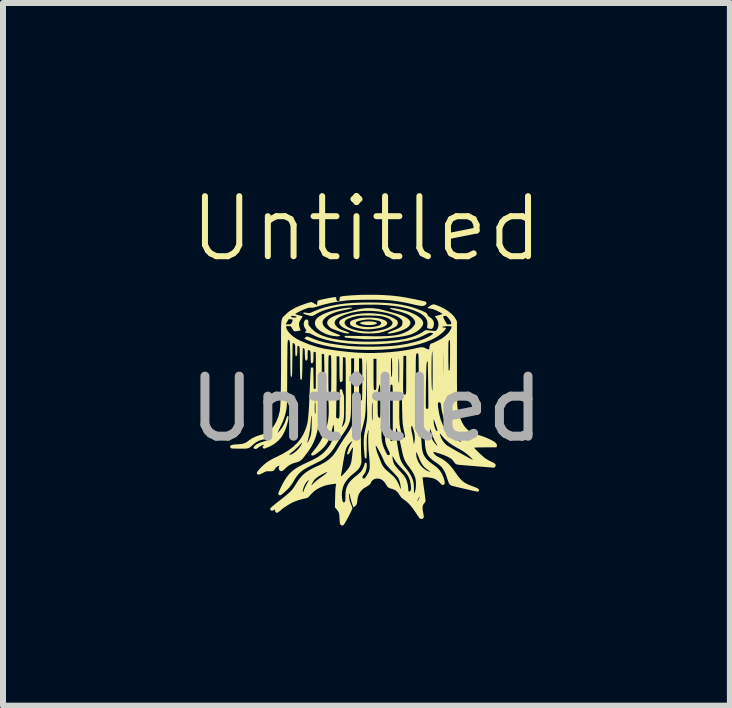
<source format=kicad_pcb>
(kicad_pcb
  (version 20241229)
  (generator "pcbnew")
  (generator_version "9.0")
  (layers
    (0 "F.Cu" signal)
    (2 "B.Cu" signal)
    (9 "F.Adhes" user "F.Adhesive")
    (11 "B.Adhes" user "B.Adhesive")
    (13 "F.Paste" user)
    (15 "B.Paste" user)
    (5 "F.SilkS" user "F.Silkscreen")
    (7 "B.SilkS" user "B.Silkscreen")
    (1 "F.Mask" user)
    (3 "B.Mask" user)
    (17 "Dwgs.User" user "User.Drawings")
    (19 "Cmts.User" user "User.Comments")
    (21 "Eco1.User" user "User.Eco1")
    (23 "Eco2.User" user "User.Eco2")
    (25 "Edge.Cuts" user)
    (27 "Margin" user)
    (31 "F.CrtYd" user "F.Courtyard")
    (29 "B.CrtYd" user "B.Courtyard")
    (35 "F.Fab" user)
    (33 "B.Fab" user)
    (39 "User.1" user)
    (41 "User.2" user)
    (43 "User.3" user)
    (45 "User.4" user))
  (footprint "Untitled"
    (layer "F.Cu")
    (at 3.054 1.26)
    (property "Reference" "Untitled" (at 0 -0.5 0) (unlocked yes) (layer "F.SilkS") (effects (font (size 1 1) (thickness 0.1))))
    (attr through_hole)
    (fp_poly (pts (xy 0.088 1.045) (xy 0.125 1.05) (xy 0.153 1.057) (xy 0.162 1.06) (xy 0.174 1.068) (xy 0.175 1.073) (xy 0.168 1.081) (xy 0.149 1.091) (xy 0.12 1.098) (xy 0.083 1.103) (xy 0.042 1.105) (xy -0.001 1.104) (xy -0.041 1.099) (xy -0.066 1.093) (xy -0.087 1.086) (xy -0.096 1.082) (xy -0.113 1.071) (xy -0.093 1.06) (xy -0.07 1.053) (xy -0.036 1.047) (xy 0.004 1.044) (xy 0.046 1.043)) (stroke (width 0) (type solid)) (fill yes) (layer "F.SilkS"))
    (fp_poly (pts (xy -0.253 0.815) (xy -0.24 0.817) (xy -0.239 0.822) (xy -0.244 0.825) (xy -0.254 0.829) (xy -0.275 0.834) (xy -0.305 0.841) (xy -0.34 0.848) (xy -0.357 0.852) (xy -0.431 0.868) (xy -0.494 0.884) (xy -0.547 0.902) (xy -0.592 0.921) (xy -0.632 0.943) (xy -0.669 0.968) (xy -0.679 0.976) (xy -0.708 1.003) (xy -0.725 1.029) (xy -0.732 1.057) (xy -0.732 1.065) (xy -0.726 1.096) (xy -0.707 1.127) (xy -0.675 1.158) (xy -0.631 1.189) (xy -0.576 1.218) (xy -0.511 1.245) (xy -0.5 1.249) (xy -0.473 1.259) (xy -0.452 1.268) (xy -0.439 1.275) (xy -0.436 1.278) (xy -0.44 1.284) (xy -0.454 1.289) (xy -0.474 1.292) (xy -0.493 1.292) (xy -0.517 1.289) (xy -0.535 1.288) (xy -0.572 1.282) (xy -0.614 1.272) (xy -0.657 1.259) (xy -0.694 1.244) (xy -0.695 1.244) (xy -0.754 1.212) (xy -0.801 1.178) (xy -0.834 1.144) (xy -0.854 1.108) (xy -0.86 1.072) (xy -0.853 1.035) (xy -0.842 1.012) (xy -0.818 0.984) (xy -0.782 0.957) (xy -0.736 0.93) (xy -0.68 0.904) (xy -0.617 0.881) (xy -0.547 0.86) (xy -0.473 0.842) (xy -0.395 0.827) (xy -0.349 0.821) (xy -0.309 0.816) (xy -0.276 0.814)) (stroke (width 0) (type solid)) (fill yes) (layer "F.SilkS"))
    (fp_poly (pts (xy 0.076 0.98) (xy 0.127 0.983) (xy 0.172 0.987) (xy 0.207 0.993) (xy 0.262 1.007) (xy 0.302 1.023) (xy 0.33 1.042) (xy 0.343 1.062) (xy 0.345 1.072) (xy 0.34 1.092) (xy 0.324 1.109) (xy 0.295 1.126) (xy 0.267 1.138) (xy 0.229 1.149) (xy 0.181 1.159) (xy 0.128 1.167) (xy 0.073 1.172) (xy 0.021 1.175) (xy -0.026 1.174) (xy -0.055 1.171) (xy -0.12 1.159) (xy -0.174 1.146) (xy -0.217 1.132) (xy -0.248 1.117) (xy -0.266 1.102) (xy -0.275 1.081) (xy -0.274 1.071) (xy -0.178 1.071) (xy -0.174 1.086) (xy -0.158 1.101) (xy -0.132 1.113) (xy -0.098 1.123) (xy -0.058 1.131) (xy -0.014 1.136) (xy 0.033 1.138) (xy 0.08 1.137) (xy 0.126 1.133) (xy 0.168 1.124) (xy 0.183 1.12) (xy 0.217 1.107) (xy 0.238 1.092) (xy 0.246 1.075) (xy 0.242 1.058) (xy 0.224 1.042) (xy 0.223 1.041) (xy 0.207 1.035) (xy 0.18 1.028) (xy 0.147 1.022) (xy 0.11 1.016) (xy 0.072 1.012) (xy 0.037 1.011) (xy 0.031 1.011) (xy 0.003 1.012) (xy -0.032 1.017) (xy -0.07 1.023) (xy -0.106 1.031) (xy -0.137 1.039) (xy -0.156 1.046) (xy -0.171 1.058) (xy -0.178 1.071) (xy -0.274 1.071) (xy -0.273 1.058) (xy -0.262 1.039) (xy -0.246 1.03) (xy -0.22 1.019) (xy -0.186 1.008) (xy -0.146 0.997) (xy -0.107 0.988) (xy -0.072 0.984) (xy -0.027 0.981) (xy 0.023 0.98)) (stroke (width 0) (type solid)) (fill yes) (layer "F.SilkS"))
    (fp_poly (pts (xy 0.167 0.729) (xy 0.285 0.733) (xy 0.392 0.74) (xy 0.491 0.751) (xy 0.582 0.765) (xy 0.668 0.783) (xy 0.75 0.804) (xy 0.829 0.83) (xy 0.886 0.852) (xy 0.931 0.87) (xy 0.965 0.885) (xy 0.988 0.898) (xy 1.004 0.909) (xy 1.013 0.92) (xy 1.016 0.931) (xy 1.017 0.936) (xy 1.022 0.948) (xy 1.039 0.963) (xy 1.055 0.973) (xy 1.09 1) (xy 1.113 1.033) (xy 1.124 1.069) (xy 1.121 1.109) (xy 1.111 1.14) (xy 1.101 1.157) (xy 1.09 1.166) (xy 1.073 1.169) (xy 1.048 1.165) (xy 1.036 1.162) (xy 1.02 1.158) (xy 1.011 1.154) (xy 1.011 1.154) (xy 1.01 1.146) (xy 1.011 1.129) (xy 1.014 1.108) (xy 1.015 1.062) (xy 1.006 1.02) (xy 0.984 0.982) (xy 0.951 0.947) (xy 0.904 0.914) (xy 0.861 0.891) (xy 0.779 0.856) (xy 0.684 0.827) (xy 0.577 0.803) (xy 0.458 0.785) (xy 0.327 0.772) (xy 0.186 0.765) (xy 0.033 0.764) (xy -0.038 0.765) (xy -0.139 0.768) (xy -0.229 0.772) (xy -0.308 0.778) (xy -0.38 0.785) (xy -0.447 0.794) (xy -0.509 0.805) (xy -0.57 0.819) (xy -0.629 0.835) (xy -0.689 0.853) (xy -0.739 0.871) (xy -0.782 0.89) (xy -0.823 0.911) (xy -0.847 0.926) (xy -0.871 0.94) (xy -0.89 0.949) (xy -0.908 0.953) (xy -0.927 0.952) (xy -0.952 0.946) (xy -0.986 0.936) (xy -0.991 0.935) (xy -1.023 0.925) (xy -1.043 0.917) (xy -1.053 0.91) (xy -1.054 0.904) (xy -1.051 0.9) (xy -1.042 0.896) (xy -1.027 0.896) (xy -1.001 0.899) (xy -0.996 0.9) (xy -0.971 0.904) (xy -0.954 0.905) (xy -0.938 0.902) (xy -0.919 0.895) (xy -0.9 0.886) (xy -0.807 0.847) (xy -0.709 0.814) (xy -0.605 0.787) (xy -0.494 0.765) (xy -0.375 0.748) (xy -0.246 0.736) (xy -0.107 0.73) (xy 0.038 0.728)) (stroke (width 0) (type solid)) (fill yes) (layer "F.SilkS"))
    (fp_poly (pts (xy 0.42 0.82) (xy 0.45 0.823) (xy 0.486 0.828) (xy 0.526 0.836) (xy 0.569 0.844) (xy 0.612 0.855) (xy 0.653 0.865) (xy 0.689 0.877) (xy 0.707 0.883) (xy 0.774 0.911) (xy 0.831 0.941) (xy 0.878 0.972) (xy 0.913 1.003) (xy 0.935 1.035) (xy 0.945 1.066) (xy 0.945 1.072) (xy 0.939 1.104) (xy 0.92 1.137) (xy 0.891 1.17) (xy 0.853 1.201) (xy 0.807 1.23) (xy 0.755 1.254) (xy 0.726 1.265) (xy 0.68 1.277) (xy 0.623 1.289) (xy 0.557 1.3) (xy 0.483 1.31) (xy 0.404 1.319) (xy 0.322 1.327) (xy 0.239 1.333) (xy 0.157 1.337) (xy 0.079 1.339) (xy 0.006 1.34) (xy -0.059 1.338) (xy -0.079 1.336) (xy -0.145 1.332) (xy -0.204 1.327) (xy -0.255 1.322) (xy -0.298 1.319) (xy -0.33 1.315) (xy -0.351 1.312) (xy -0.358 1.311) (xy -0.365 1.3) (xy -0.363 1.289) (xy -0.357 1.284) (xy -0.348 1.284) (xy -0.328 1.284) (xy -0.296 1.284) (xy -0.255 1.284) (xy -0.206 1.285) (xy -0.152 1.286) (xy -0.092 1.287) (xy -0.069 1.287) (xy 0.039 1.289) (xy 0.134 1.291) (xy 0.218 1.291) (xy 0.291 1.289) (xy 0.356 1.287) (xy 0.412 1.283) (xy 0.462 1.277) (xy 0.507 1.27) (xy 0.547 1.261) (xy 0.584 1.25) (xy 0.619 1.237) (xy 0.653 1.221) (xy 0.678 1.209) (xy 0.714 1.187) (xy 0.748 1.161) (xy 0.777 1.133) (xy 0.798 1.105) (xy 0.81 1.08) (xy 0.811 1.076) (xy 0.81 1.047) (xy 0.796 1.017) (xy 0.772 0.986) (xy 0.737 0.957) (xy 0.694 0.93) (xy 0.688 0.927) (xy 0.664 0.916) (xy 0.629 0.904) (xy 0.589 0.89) (xy 0.548 0.878) (xy 0.509 0.868) (xy 0.483 0.862) (xy 0.457 0.855) (xy 0.432 0.847) (xy 0.411 0.838) (xy 0.396 0.83) (xy 0.39 0.824) (xy 0.391 0.823) (xy 0.4 0.82)) (stroke (width 0) (type solid)) (fill yes) (layer "F.SilkS"))
    (fp_poly (pts (xy 0.127 0.91) (xy 0.222 0.92) (xy 0.312 0.937) (xy 0.326 0.941) (xy 0.364 0.952) (xy 0.404 0.967) (xy 0.441 0.984) (xy 0.473 1.001) (xy 0.497 1.017) (xy 0.509 1.027) (xy 0.522 1.054) (xy 0.522 1.083) (xy 0.51 1.109) (xy 0.509 1.111) (xy 0.491 1.127) (xy 0.461 1.145) (xy 0.423 1.164) (xy 0.378 1.183) (xy 0.329 1.201) (xy 0.278 1.217) (xy 0.227 1.23) (xy 0.203 1.235) (xy 0.177 1.238) (xy 0.141 1.241) (xy 0.098 1.243) (xy 0.053 1.244) (xy 0.008 1.244) (xy -0.033 1.243) (xy -0.065 1.241) (xy -0.072 1.24) (xy -0.14 1.23) (xy -0.205 1.216) (xy -0.265 1.198) (xy -0.32 1.178) (xy -0.367 1.157) (xy -0.405 1.134) (xy -0.433 1.11) (xy -0.451 1.086) (xy -0.455 1.067) (xy -0.454 1.057) (xy -0.365 1.057) (xy -0.363 1.082) (xy -0.349 1.106) (xy -0.324 1.129) (xy -0.289 1.15) (xy -0.245 1.169) (xy -0.193 1.185) (xy -0.134 1.198) (xy -0.068 1.206) (xy -0.031 1.209) (xy 0.006 1.212) (xy 0.035 1.213) (xy 0.061 1.213) (xy 0.086 1.211) (xy 0.114 1.208) (xy 0.149 1.204) (xy 0.194 1.197) (xy 0.198 1.196) (xy 0.265 1.183) (xy 0.321 1.166) (xy 0.368 1.146) (xy 0.402 1.124) (xy 0.425 1.099) (xy 0.434 1.072) (xy 0.435 1.065) (xy 0.429 1.048) (xy 0.413 1.029) (xy 0.391 1.009) (xy 0.365 0.993) (xy 0.358 0.99) (xy 0.321 0.976) (xy 0.284 0.965) (xy 0.244 0.956) (xy 0.198 0.951) (xy 0.145 0.947) (xy 0.082 0.946) (xy 0.041 0.945) (xy -0.012 0.945) (xy -0.054 0.946) (xy -0.088 0.947) (xy -0.115 0.949) (xy -0.14 0.952) (xy -0.164 0.956) (xy -0.185 0.961) (xy -0.234 0.973) (xy -0.278 0.988) (xy -0.314 1.003) (xy -0.341 1.019) (xy -0.354 1.032) (xy -0.365 1.057) (xy -0.454 1.057) (xy -0.453 1.049) (xy -0.444 1.033) (xy -0.428 1.017) (xy -0.402 1.001) (xy -0.366 0.984) (xy -0.319 0.964) (xy -0.316 0.963) (xy -0.241 0.939) (xy -0.156 0.921) (xy -0.065 0.91) (xy 0.03 0.906)) (stroke (width 0) (type solid)) (fill yes) (layer "F.SilkS"))
    (fp_poly (pts (xy 0.101 0.823) (xy 0.2 0.835) (xy 0.272 0.852) (xy 0.313 0.863) (xy 0.36 0.876) (xy 0.406 0.888) (xy 0.428 0.893) (xy 0.512 0.917) (xy 0.583 0.941) (xy 0.641 0.967) (xy 0.685 0.995) (xy 0.705 1.012) (xy 0.726 1.04) (xy 0.733 1.068) (xy 0.726 1.096) (xy 0.708 1.123) (xy 0.676 1.15) (xy 0.633 1.175) (xy 0.582 1.196) (xy 0.54 1.21) (xy 0.499 1.222) (xy 0.459 1.232) (xy 0.423 1.239) (xy 0.392 1.244) (xy 0.369 1.245) (xy 0.356 1.242) (xy 0.353 1.236) (xy 0.358 1.231) (xy 0.37 1.224) (xy 0.391 1.215) (xy 0.421 1.203) (xy 0.463 1.187) (xy 0.484 1.18) (xy 0.523 1.163) (xy 0.556 1.144) (xy 0.567 1.135) (xy 0.584 1.119) (xy 0.593 1.104) (xy 0.597 1.085) (xy 0.598 1.072) (xy 0.6 1.048) (xy 0.597 1.032) (xy 0.589 1.019) (xy 0.583 1.012) (xy 0.554 0.986) (xy 0.513 0.961) (xy 0.462 0.939) (xy 0.402 0.919) (xy 0.335 0.901) (xy 0.262 0.887) (xy 0.187 0.876) (xy 0.109 0.869) (xy 0.031 0.867) (xy -0.031 0.868) (xy -0.101 0.873) (xy -0.17 0.883) (xy -0.238 0.896) (xy -0.301 0.913) (xy -0.36 0.932) (xy -0.412 0.953) (xy -0.457 0.975) (xy -0.492 0.999) (xy -0.516 1.023) (xy -0.528 1.047) (xy -0.528 1.049) (xy -0.53 1.074) (xy -0.522 1.097) (xy -0.505 1.122) (xy -0.502 1.124) (xy -0.482 1.144) (xy -0.459 1.161) (xy -0.429 1.177) (xy -0.39 1.193) (xy -0.359 1.203) (xy -0.33 1.214) (xy -0.306 1.224) (xy -0.29 1.232) (xy -0.285 1.236) (xy -0.288 1.242) (xy -0.303 1.244) (xy -0.326 1.243) (xy -0.354 1.239) (xy -0.386 1.232) (xy -0.386 1.232) (xy -0.413 1.224) (xy -0.446 1.212) (xy -0.483 1.199) (xy -0.52 1.186) (xy -0.553 1.173) (xy -0.578 1.163) (xy -0.587 1.158) (xy -0.602 1.148) (xy -0.62 1.131) (xy -0.63 1.121) (xy -0.65 1.092) (xy -0.656 1.063) (xy -0.648 1.036) (xy -0.628 1.009) (xy -0.594 0.983) (xy -0.548 0.958) (xy -0.49 0.935) (xy -0.419 0.913) (xy -0.379 0.903) (xy -0.334 0.892) (xy -0.286 0.88) (xy -0.24 0.868) (xy -0.2 0.856) (xy -0.193 0.854) (xy -0.099 0.833) (xy 0.001 0.822)) (stroke (width 0) (type solid)) (fill yes) (layer "F.SilkS"))
    (fp_poly (pts (xy 0.141 0.6) (xy 0.267 0.604) (xy 0.387 0.611) (xy 0.498 0.622) (xy 0.548 0.628) (xy 0.579 0.633) (xy 0.617 0.639) (xy 0.661 0.647) (xy 0.709 0.656) (xy 0.759 0.666) (xy 0.808 0.675) (xy 0.856 0.685) (xy 0.899 0.694) (xy 0.935 0.702) (xy 0.963 0.709) (xy 0.981 0.714) (xy 0.985 0.715) (xy 0.998 0.728) (xy 0.999 0.745) (xy 0.989 0.762) (xy 0.983 0.768) (xy 0.968 0.778) (xy 0.952 0.784) (xy 0.933 0.786) (xy 0.907 0.785) (xy 0.875 0.78) (xy 0.832 0.772) (xy 0.789 0.762) (xy 0.71 0.744) (xy 0.64 0.729) (xy 0.573 0.717) (xy 0.504 0.706) (xy 0.43 0.696) (xy 0.421 0.695) (xy 0.379 0.691) (xy 0.325 0.688) (xy 0.262 0.685) (xy 0.193 0.683) (xy 0.118 0.682) (xy 0.041 0.682) (xy -0.035 0.683) (xy -0.11 0.684) (xy -0.181 0.686) (xy -0.244 0.688) (xy -0.299 0.692) (xy -0.336 0.695) (xy -0.468 0.713) (xy -0.589 0.734) (xy -0.701 0.76) (xy -0.806 0.791) (xy -0.816 0.794) (xy -0.854 0.806) (xy -0.882 0.813) (xy -0.903 0.816) (xy -0.922 0.815) (xy -0.923 0.815) (xy -0.942 0.814) (xy -0.963 0.817) (xy -0.988 0.824) (xy -1.021 0.836) (xy -1.05 0.847) (xy -1.081 0.861) (xy -1.112 0.876) (xy -1.141 0.89) (xy -1.165 0.904) (xy -1.181 0.914) (xy -1.187 0.92) (xy -1.18 0.924) (xy -1.164 0.93) (xy -1.14 0.937) (xy -1.126 0.941) (xy -1.099 0.948) (xy -1.078 0.954) (xy -1.065 0.958) (xy -1.063 0.959) (xy -1.066 0.966) (xy -1.074 0.98) (xy -1.084 0.995) (xy -1.108 1.033) (xy -1.122 1.067) (xy -1.124 1.101) (xy -1.117 1.136) (xy -1.111 1.155) (xy -1.103 1.175) (xy -1.098 1.189) (xy -1.097 1.192) (xy -1.103 1.195) (xy -1.12 1.198) (xy -1.143 1.203) (xy -1.149 1.204) (xy -1.177 1.208) (xy -1.195 1.209) (xy -1.208 1.204) (xy -1.22 1.191) (xy -1.233 1.169) (xy -1.239 1.16) (xy -1.26 1.124) (xy -1.299 1.122) (xy -1.321 1.121) (xy -1.333 1.123) (xy -1.337 1.128) (xy -1.338 1.136) (xy -1.332 1.164) (xy -1.315 1.196) (xy -1.29 1.23) (xy -1.257 1.264) (xy -1.219 1.296) (xy -1.178 1.324) (xy -1.174 1.327) (xy -1.114 1.359) (xy -1.044 1.39) (xy -0.968 1.421) (xy -0.889 1.448) (xy -0.81 1.472) (xy -0.742 1.489) (xy -0.698 1.498) (xy -0.641 1.507) (xy -0.575 1.517) (xy -0.5 1.528) (xy -0.418 1.538) (xy -0.333 1.548) (xy -0.261 1.555) (xy -0.136 1.565) (xy -0.004 1.569) (xy 0.132 1.569) (xy 0.27 1.564) (xy 0.407 1.554) (xy 0.539 1.54) (xy 0.664 1.522) (xy 0.779 1.5) (xy 0.797 1.496) (xy 0.844 1.485) (xy 0.881 1.478) (xy 0.909 1.474) (xy 0.932 1.474) (xy 0.952 1.478) (xy 0.972 1.484) (xy 0.991 1.494) (xy 1.017 1.506) (xy 1.034 1.51) (xy 1.044 1.505) (xy 1.048 1.489) (xy 1.048 1.468) (xy 1.053 1.444) (xy 1.063 1.424) (xy 1.078 1.412) (xy 1.086 1.41) (xy 1.097 1.407) (xy 1.117 1.399) (xy 1.143 1.386) (xy 1.173 1.372) (xy 1.203 1.356) (xy 1.231 1.341) (xy 1.255 1.328) (xy 1.267 1.32) (xy 1.315 1.283) (xy 1.356 1.244) (xy 1.387 1.205) (xy 1.408 1.167) (xy 1.413 1.153) (xy 1.42 1.128) (xy 1.389 1.124) (xy 1.366 1.122) (xy 1.337 1.122) (xy 1.307 1.125) (xy 1.282 1.128) (xy 1.265 1.133) (xy 1.262 1.134) (xy 1.261 1.139) (xy 1.272 1.143) (xy 1.289 1.145) (xy 1.309 1.148) (xy 1.322 1.151) (xy 1.324 1.153) (xy 1.32 1.167) (xy 1.306 1.187) (xy 1.286 1.21) (xy 1.264 1.231) (xy 1.207 1.277) (xy 1.142 1.319) (xy 1.066 1.356) (xy 0.98 1.39) (xy 0.883 1.42) (xy 0.774 1.447) (xy 0.669 1.468) (xy 0.538 1.489) (xy 0.4 1.504) (xy 0.258 1.514) (xy 0.113 1.519) (xy -0.032 1.518) (xy -0.177 1.513) (xy -0.319 1.502) (xy -0.456 1.487) (xy -0.586 1.467) (xy -0.709 1.442) (xy -0.821 1.413) (xy -0.88 1.394) (xy -0.914 1.382) (xy -0.948 1.369) (xy -0.979 1.356) (xy -1.006 1.345) (xy -1.025 1.335) (xy -1.034 1.329) (xy -1.035 1.328) (xy -1.03 1.321) (xy -1.018 1.311) (xy -1.004 1.301) (xy -0.993 1.294) (xy -0.99 1.293) (xy -0.982 1.296) (xy -0.964 1.302) (xy -0.938 1.312) (xy -0.906 1.325) (xy -0.891 1.331) (xy -0.839 1.351) (xy -0.788 1.368) (xy -0.735 1.383) (xy -0.679 1.397) (xy -0.618 1.409) (xy -0.55 1.42) (xy -0.473 1.431) (xy -0.386 1.442) (xy -0.331 1.449) (xy -0.258 1.455) (xy -0.174 1.46) (xy -0.082 1.463) (xy 0.015 1.464) (xy 0.115 1.464) (xy 0.214 1.462) (xy 0.311 1.458) (xy 0.402 1.453) (xy 0.484 1.446) (xy 0.526 1.441) (xy 0.612 1.428) (xy 0.698 1.412) (xy 0.781 1.392) (xy 0.859 1.37) (xy 0.931 1.346) (xy 0.994 1.32) (xy 1.048 1.293) (xy 1.089 1.266) (xy 1.093 1.263) (xy 1.107 1.25) (xy 1.108 1.242) (xy 1.098 1.237) (xy 1.077 1.233) (xy 1.063 1.232) (xy 1.049 1.234) (xy 1.032 1.24) (xy 1.008 1.25) (xy 0.976 1.267) (xy 0.974 1.267) (xy 0.916 1.295) (xy 0.857 1.319) (xy 0.795 1.339) (xy 0.726 1.357) (xy 0.672 1.368) (xy 0.517 1.395) (xy 0.353 1.413) (xy 0.182 1.424) (xy 0.007 1.426) (xy -0.097 1.424) (xy -0.211 1.418) (xy -0.314 1.411) (xy -0.407 1.4) (xy -0.495 1.387) (xy -0.578 1.371) (xy -0.66 1.352) (xy -0.66 1.352) (xy -0.721 1.335) (xy -0.771 1.319) (xy -0.816 1.303) (xy -0.859 1.284) (xy -0.898 1.264) (xy -0.93 1.249) (xy -0.955 1.24) (xy -0.977 1.235) (xy -0.989 1.235) (xy -1.012 1.232) (xy -1.024 1.226) (xy -1.024 1.217) (xy -1.011 1.207) (xy -1.01 1.207) (xy -1.002 1.202) (xy -1 1.197) (xy -1.004 1.187) (xy -1.016 1.17) (xy -1.018 1.166) (xy -1.039 1.127) (xy -1.046 1.089) (xy -1.041 1.053) (xy -1.038 1.047) (xy -1.024 1.023) (xy -1.008 1.012) (xy -0.991 1.011) (xy -0.977 1.02) (xy -0.968 1.039) (xy -0.967 1.065) (xy -0.968 1.074) (xy -0.969 1.085) (xy -0.966 1.098) (xy -0.958 1.112) (xy -0.942 1.132) (xy -0.919 1.159) (xy -0.909 1.169) (xy -0.863 1.211) (xy -0.804 1.248) (xy -0.734 1.281) (xy -0.65 1.309) (xy -0.555 1.332) (xy -0.446 1.351) (xy -0.393 1.358) (xy -0.301 1.368) (xy -0.2 1.375) (xy -0.094 1.379) (xy 0.015 1.381) (xy 0.125 1.38) (xy 0.233 1.377) (xy 0.338 1.371) (xy 0.437 1.363) (xy 0.528 1.353) (xy 0.608 1.34) (xy 0.638 1.335) (xy 0.72 1.314) (xy 0.797 1.289) (xy 0.866 1.26) (xy 0.925 1.227) (xy 0.947 1.213) (xy 0.962 1.202) (xy 0.975 1.194) (xy 0.988 1.19) (xy 1.004 1.189) (xy 1.027 1.191) (xy 1.059 1.195) (xy 1.074 1.197) (xy 1.104 1.2) (xy 1.13 1.202) (xy 1.149 1.202) (xy 1.155 1.201) (xy 1.163 1.193) (xy 1.175 1.177) (xy 1.183 1.163) (xy 1.198 1.12) (xy 1.199 1.078) (xy 1.188 1.034) (xy 1.163 0.99) (xy 1.154 0.979) (xy 1.141 0.961) (xy 1.275 0.961) (xy 1.277 0.969) (xy 1.284 0.985) (xy 1.295 1.009) (xy 1.306 1.029) (xy 1.342 1.093) (xy 1.378 1.093) (xy 1.399 1.092) (xy 1.41 1.09) (xy 1.414 1.083) (xy 1.414 1.079) (xy 1.409 1.057) (xy 1.396 1.03) (xy 1.375 1.001) (xy 1.356 0.979) (xy 1.339 0.961) (xy 1.326 0.952) (xy 1.315 0.95) (xy 1.303 0.952) (xy 1.286 0.956) (xy 1.276 0.961) (xy 1.275 0.961) (xy 1.141 0.961) (xy 1.138 0.957) (xy 1.202 0.94) (xy 1.229 0.933) (xy 1.251 0.925) (xy 1.264 0.92) (xy 1.266 0.918) (xy 1.26 0.913) (xy 1.244 0.903) (xy 1.221 0.89) (xy 1.194 0.876) (xy 1.149 0.855) (xy 1.111 0.84) (xy 1.076 0.832) (xy 1.072 0.831) (xy 1.047 0.827) (xy 1.029 0.822) (xy 1.021 0.818) (xy 1.021 0.817) (xy 1.027 0.809) (xy 1.041 0.797) (xy 1.061 0.783) (xy 1.083 0.77) (xy 1.091 0.767) (xy 1.105 0.761) (xy 1.116 0.759) (xy 1.129 0.761) (xy 1.149 0.767) (xy 1.167 0.773) (xy 1.24 0.803) (xy 1.308 0.838) (xy 1.367 0.877) (xy 1.418 0.918) (xy 1.458 0.961) (xy 1.486 1.004) (xy 1.489 1.008) (xy 1.507 1.048) (xy 1.507 1.745) (xy 1.507 1.859) (xy 1.507 1.961) (xy 1.507 2.05) (xy 1.508 2.129) (xy 1.508 2.197) (xy 1.508 2.255) (xy 1.509 2.305) (xy 1.509 2.347) (xy 1.51 2.382) (xy 1.511 2.41) (xy 1.512 2.434) (xy 1.513 2.453) (xy 1.515 2.469) (xy 1.516 2.481) (xy 1.518 2.493) (xy 1.519 2.499) (xy 1.54 2.585) (xy 1.563 2.659) (xy 1.59 2.722) (xy 1.621 2.776) (xy 1.654 2.817) (xy 1.683 2.847) (xy 1.714 2.871) (xy 1.75 2.892) (xy 1.793 2.91) (xy 1.846 2.928) (xy 1.866 2.935) (xy 1.924 2.954) (xy 1.982 2.975) (xy 2.037 2.999) (xy 2.085 3.022) (xy 2.124 3.045) (xy 2.135 3.052) (xy 2.161 3.076) (xy 2.173 3.099) (xy 2.172 3.122) (xy 2.171 3.126) (xy 2.164 3.141) (xy 1.979 3.141) (xy 1.93 3.142) (xy 1.886 3.142) (xy 1.848 3.143) (xy 1.819 3.144) (xy 1.8 3.145) (xy 1.794 3.147) (xy 1.794 3.147) (xy 1.798 3.154) (xy 1.812 3.169) (xy 1.831 3.189) (xy 1.855 3.213) (xy 1.882 3.238) (xy 1.909 3.264) (xy 1.935 3.287) (xy 1.957 3.307) (xy 1.975 3.321) (xy 1.978 3.323) (xy 2.001 3.338) (xy 2.032 3.356) (xy 2.063 3.372) (xy 2.071 3.376) (xy 2.105 3.392) (xy 2.128 3.405) (xy 2.142 3.415) (xy 2.149 3.425) (xy 2.152 3.436) (xy 2.152 3.44) (xy 2.148 3.458) (xy 2.137 3.473) (xy 2.123 3.479) (xy 2.122 3.479) (xy 2.114 3.479) (xy 2.094 3.477) (xy 2.064 3.475) (xy 2.025 3.472) (xy 1.979 3.468) (xy 1.928 3.464) (xy 1.874 3.46) (xy 1.818 3.455) (xy 1.763 3.451) (xy 1.709 3.446) (xy 1.66 3.442) (xy 1.615 3.438) (xy 1.578 3.435) (xy 1.559 3.434) (xy 1.525 3.43) (xy 1.501 3.424) (xy 1.483 3.414) (xy 1.468 3.398) (xy 1.454 3.379) (xy 1.435 3.354) (xy 1.411 3.332) (xy 1.381 3.312) (xy 1.342 3.292) (xy 1.294 3.272) (xy 1.246 3.255) (xy 1.209 3.242) (xy 1.176 3.232) (xy 1.149 3.223) (xy 1.13 3.218) (xy 1.124 3.217) (xy 1.115 3.218) (xy 1.115 3.224) (xy 1.12 3.236) (xy 1.133 3.256) (xy 1.151 3.273) (xy 1.177 3.291) (xy 1.214 3.31) (xy 1.214 3.31) (xy 1.268 3.339) (xy 1.315 3.371) (xy 1.358 3.408) (xy 1.399 3.451) (xy 1.441 3.503) (xy 1.484 3.562) (xy 1.522 3.617) (xy 1.558 3.661) (xy 1.593 3.697) (xy 1.63 3.726) (xy 1.672 3.75) (xy 1.721 3.772) (xy 1.77 3.79) (xy 1.812 3.806) (xy 1.842 3.819) (xy 1.862 3.831) (xy 1.872 3.843) (xy 1.875 3.856) (xy 1.873 3.865) (xy 1.863 3.877) (xy 1.852 3.879) (xy 1.842 3.878) (xy 1.82 3.874) (xy 1.79 3.867) (xy 1.752 3.859) (xy 1.708 3.849) (xy 1.661 3.838) (xy 1.613 3.827) (xy 1.566 3.816) (xy 1.522 3.806) (xy 1.482 3.796) (xy 1.449 3.788) (xy 1.426 3.782) (xy 1.407 3.775) (xy 1.392 3.765) (xy 1.379 3.748) (xy 1.367 3.723) (xy 1.354 3.688) (xy 1.347 3.666) (xy 1.326 3.604) (xy 1.305 3.553) (xy 1.282 3.511) (xy 1.256 3.475) (xy 1.223 3.442) (xy 1.183 3.41) (xy 1.148 3.386) (xy 1.1 3.353) (xy 1.062 3.32) (xy 1.032 3.286) (xy 1.01 3.248) (xy 0.994 3.205) (xy 0.983 3.154) (xy 0.975 3.093) (xy 0.973 3.052) (xy 0.969 2.991) (xy 0.964 2.94) (xy 0.958 2.896) (xy 0.951 2.86) (xy 1.056 2.86) (xy 1.059 2.893) (xy 1.068 2.933) (xy 1.081 2.974) (xy 1.097 3.011) (xy 1.097 3.011) (xy 1.11 3.034) (xy 1.127 3.058) (xy 1.145 3.081) (xy 1.162 3.1) (xy 1.175 3.111) (xy 1.18 3.114) (xy 1.18 3.109) (xy 1.173 3.095) (xy 1.161 3.075) (xy 1.159 3.072) (xy 1.141 3.041) (xy 1.122 3) (xy 1.104 2.956) (xy 1.091 2.921) (xy 1.222 2.921) (xy 1.227 2.94) (xy 1.231 2.955) (xy 1.25 2.997) (xy 1.276 3.04) (xy 1.308 3.078) (xy 1.327 3.097) (xy 1.341 3.108) (xy 1.366 3.124) (xy 1.399 3.144) (xy 1.439 3.167) (xy 1.482 3.192) (xy 1.526 3.217) (xy 1.572 3.242) (xy 1.616 3.266) (xy 1.655 3.288) (xy 1.688 3.306) (xy 1.713 3.32) (xy 1.728 3.328) (xy 1.748 3.339) (xy 1.763 3.346) (xy 1.769 3.348) (xy 1.768 3.343) (xy 1.758 3.331) (xy 1.741 3.314) (xy 1.723 3.296) (xy 1.684 3.261) (xy 1.644 3.23) (xy 1.598 3.199) (xy 1.544 3.168) (xy 1.514 3.152) (xy 1.431 3.103) (xy 1.359 3.051) (xy 1.298 2.996) (xy 1.249 2.94) (xy 1.247 2.937) (xy 1.233 2.919) (xy 1.225 2.914) (xy 1.222 2.921) (xy 1.091 2.921) (xy 1.087 2.911) (xy 1.075 2.871) (xy 1.068 2.849) (xy 1.062 2.839) (xy 1.057 2.842) (xy 1.056 2.858) (xy 1.056 2.86) (xy 0.951 2.86) (xy 0.949 2.853) (xy 0.938 2.808) (xy 0.923 2.758) (xy 0.917 2.738) (xy 0.909 2.712) (xy 0.907 2.706) (xy 1.119 2.706) (xy 1.121 2.745) (xy 1.131 2.789) (xy 1.146 2.833) (xy 1.153 2.847) (xy 1.164 2.863) (xy 1.174 2.87) (xy 1.18 2.867) (xy 1.181 2.854) (xy 1.178 2.843) (xy 1.172 2.822) (xy 1.163 2.793) (xy 1.152 2.76) (xy 1.15 2.755) (xy 1.121 2.669) (xy 1.119 2.706) (xy 0.907 2.706) (xy 0.902 2.69) (xy 0.896 2.669) (xy 0.891 2.649) (xy 0.887 2.628) (xy 0.883 2.606) (xy 0.881 2.581) (xy 0.878 2.552) (xy 0.876 2.519) (xy 0.875 2.479) (xy 0.874 2.432) (xy 0.873 2.397) (xy 0.988 2.397) (xy 0.988 2.436) (xy 0.989 2.465) (xy 0.989 2.483) (xy 0.99 2.488) (xy 1 2.498) (xy 1.014 2.5) (xy 1.026 2.494) (xy 1.03 2.488) (xy 1.03 2.478) (xy 1.031 2.456) (xy 1.031 2.424) (xy 1.031 2.415) (xy 1.19 2.415) (xy 1.19 2.439) (xy 1.193 2.476) (xy 1.194 2.477) (xy 1.211 2.585) (xy 1.237 2.683) (xy 1.272 2.769) (xy 1.314 2.845) (xy 1.365 2.909) (xy 1.372 2.916) (xy 1.407 2.95) (xy 1.443 2.978) (xy 1.484 3.005) (xy 1.521 3.026) (xy 1.551 3.041) (xy 1.57 3.049) (xy 1.579 3.05) (xy 1.576 3.045) (xy 1.562 3.032) (xy 1.548 3.022) (xy 1.473 2.958) (xy 1.407 2.885) (xy 1.352 2.804) (xy 1.308 2.715) (xy 1.274 2.617) (xy 1.251 2.513) (xy 1.245 2.462) (xy 1.24 2.428) (xy 1.235 2.406) (xy 1.227 2.394) (xy 1.217 2.39) (xy 1.215 2.39) (xy 1.202 2.392) (xy 1.194 2.399) (xy 1.19 2.415) (xy 1.031 2.415) (xy 1.031 2.383) (xy 1.03 2.334) (xy 1.03 2.28) (xy 1.029 2.221) (xy 1.029 2.158) (xy 1.028 2.095) (xy 1.027 2.032) (xy 1.026 1.97) (xy 1.025 1.911) (xy 1.024 1.876) (xy 1.083 1.876) (xy 1.083 1.939) (xy 1.084 1.999) (xy 1.085 2.054) (xy 1.086 2.1) (xy 1.087 2.137) (xy 1.088 2.145) (xy 1.091 2.177) (xy 1.093 2.196) (xy 1.095 2.201) (xy 1.097 2.193) (xy 1.099 2.172) (xy 1.1 2.137) (xy 1.101 2.09) (xy 1.102 2.03) (xy 1.102 1.957) (xy 1.102 1.886) (xy 1.102 1.802) (xy 1.102 1.748) (xy 1.279 1.748) (xy 1.279 1.806) (xy 1.28 1.855) (xy 1.28 1.893) (xy 1.28 1.921) (xy 1.28 1.937) (xy 1.281 1.942) (xy 1.281 1.934) (xy 1.281 1.913) (xy 1.281 1.905) (xy 1.282 1.846) (xy 1.282 1.779) (xy 1.282 1.71) (xy 1.282 1.643) (xy 1.281 1.591) (xy 1.281 1.576) (xy 1.363 1.576) (xy 1.363 1.612) (xy 1.364 1.667) (xy 1.364 1.719) (xy 1.365 1.765) (xy 1.366 1.803) (xy 1.367 1.832) (xy 1.368 1.85) (xy 1.369 1.856) (xy 1.374 1.864) (xy 1.382 1.859) (xy 1.384 1.853) (xy 1.386 1.839) (xy 1.388 1.815) (xy 1.389 1.781) (xy 1.39 1.737) (xy 1.391 1.68) (xy 1.392 1.611) (xy 1.392 1.606) (xy 1.392 1.539) (xy 1.392 1.482) (xy 1.392 1.433) (xy 1.391 1.396) (xy 1.39 1.369) (xy 1.388 1.355) (xy 1.388 1.353) (xy 1.38 1.353) (xy 1.372 1.363) (xy 1.369 1.37) (xy 1.367 1.383) (xy 1.365 1.403) (xy 1.364 1.431) (xy 1.364 1.468) (xy 1.363 1.516) (xy 1.363 1.576) (xy 1.281 1.576) (xy 1.281 1.567) (xy 1.281 1.556) (xy 1.28 1.557) (xy 1.28 1.57) (xy 1.28 1.595) (xy 1.28 1.631) (xy 1.279 1.677) (xy 1.279 1.732) (xy 1.279 1.748) (xy 1.102 1.748) (xy 1.102 1.729) (xy 1.101 1.668) (xy 1.1 1.618) (xy 1.099 1.58) (xy 1.097 1.554) (xy 1.096 1.541) (xy 1.094 1.541) (xy 1.092 1.554) (xy 1.09 1.58) (xy 1.088 1.607) (xy 1.086 1.646) (xy 1.085 1.695) (xy 1.084 1.751) (xy 1.084 1.812) (xy 1.083 1.876) (xy 1.024 1.876) (xy 1.024 1.857) (xy 1.023 1.809) (xy 1.022 1.769) (xy 1.021 1.738) (xy 1.02 1.717) (xy 1.019 1.709) (xy 1.019 1.709) (xy 1.014 1.707) (xy 1.01 1.711) (xy 1.006 1.725) (xy 1.002 1.751) (xy 1.001 1.759) (xy 1 1.775) (xy 0.998 1.803) (xy 0.997 1.84) (xy 0.995 1.886) (xy 0.994 1.938) (xy 0.993 1.995) (xy 0.991 2.055) (xy 0.99 2.118) (xy 0.989 2.18) (xy 0.989 2.24) (xy 0.988 2.298) (xy 0.988 2.351) (xy 0.988 2.397) (xy 0.873 2.397) (xy 0.873 2.376) (xy 0.873 2.311) (xy 0.872 2.235) (xy 0.872 2.148) (xy 0.871 2.074) (xy 0.871 1.979) (xy 0.87 1.897) (xy 0.87 1.827) (xy 0.869 1.768) (xy 0.869 1.719) (xy 0.868 1.679) (xy 0.867 1.647) (xy 0.866 1.623) (xy 0.865 1.605) (xy 0.864 1.592) (xy 0.862 1.584) (xy 0.861 1.579) (xy 0.858 1.576) (xy 0.856 1.576) (xy 0.856 1.576) (xy 0.849 1.576) (xy 0.843 1.576) (xy 0.838 1.576) (xy 0.834 1.579) (xy 0.831 1.585) (xy 0.828 1.595) (xy 0.826 1.61) (xy 0.824 1.63) (xy 0.823 1.657) (xy 0.822 1.691) (xy 0.821 1.734) (xy 0.821 1.786) (xy 0.821 1.849) (xy 0.821 1.923) (xy 0.821 2.009) (xy 0.821 2.078) (xy 0.821 2.175) (xy 0.821 2.264) (xy 0.822 2.345) (xy 0.823 2.418) (xy 0.823 2.48) (xy 0.824 2.532) (xy 0.825 2.572) (xy 0.827 2.6) (xy 0.828 2.615) (xy 0.833 2.64) (xy 0.841 2.673) (xy 0.851 2.709) (xy 0.859 2.735) (xy 0.881 2.812) (xy 0.897 2.885) (xy 0.909 2.959) (xy 0.916 3.041) (xy 0.917 3.064) (xy 0.921 3.124) (xy 0.927 3.172) (xy 0.935 3.212) (xy 0.945 3.246) (xy 0.959 3.276) (xy 0.973 3.3) (xy 1.005 3.341) (xy 1.049 3.382) (xy 1.102 3.422) (xy 1.114 3.43) (xy 1.173 3.474) (xy 1.22 3.523) (xy 1.256 3.58) (xy 1.284 3.646) (xy 1.289 3.661) (xy 1.3 3.702) (xy 1.303 3.732) (xy 1.3 3.752) (xy 1.29 3.762) (xy 1.271 3.768) (xy 1.255 3.764) (xy 1.241 3.751) (xy 1.207 3.715) (xy 1.178 3.69) (xy 1.149 3.672) (xy 1.142 3.668) (xy 1.105 3.655) (xy 1.061 3.646) (xy 1.015 3.64) (xy 0.972 3.639) (xy 0.972 3.639) (xy 0.935 3.641) (xy 0.937 3.669) (xy 0.939 3.684) (xy 0.942 3.709) (xy 0.946 3.744) (xy 0.952 3.786) (xy 0.959 3.832) (xy 0.963 3.862) (xy 0.969 3.908) (xy 0.975 3.951) (xy 0.979 3.988) (xy 0.982 4.017) (xy 0.983 4.035) (xy 0.982 4.041) (xy 0.975 4.055) (xy 0.962 4.073) (xy 0.958 4.077) (xy 0.945 4.096) (xy 0.937 4.115) (xy 0.934 4.14) (xy 0.935 4.171) (xy 0.941 4.212) (xy 0.944 4.226) (xy 0.95 4.26) (xy 0.953 4.284) (xy 0.954 4.3) (xy 0.952 4.31) (xy 0.948 4.319) (xy 0.948 4.319) (xy 0.933 4.331) (xy 0.912 4.334) (xy 0.893 4.328) (xy 0.886 4.323) (xy 0.878 4.313) (xy 0.864 4.294) (xy 0.846 4.268) (xy 0.826 4.237) (xy 0.815 4.221) (xy 0.773 4.161) (xy 0.735 4.112) (xy 0.697 4.071) (xy 0.66 4.037) (xy 0.659 4.037) (xy 0.849 4.037) (xy 0.851 4.039) (xy 0.858 4.03) (xy 0.866 4.014) (xy 0.875 3.995) (xy 0.882 3.976) (xy 0.885 3.963) (xy 0.885 3.959) (xy 0.881 3.963) (xy 0.873 3.976) (xy 0.865 3.994) (xy 0.856 4.013) (xy 0.85 4.029) (xy 0.849 4.037) (xy 0.659 4.037) (xy 0.626 4.012) (xy 0.598 3.992) (xy 0.577 3.973) (xy 0.561 3.95) (xy 0.549 3.932) (xy 0.521 3.89) (xy 0.487 3.86) (xy 0.448 3.84) (xy 0.428 3.834) (xy 0.394 3.824) (xy 0.369 3.813) (xy 0.352 3.799) (xy 0.337 3.779) (xy 0.324 3.757) (xy 0.297 3.716) (xy 0.264 3.686) (xy 0.226 3.667) (xy 0.185 3.66) (xy 0.144 3.665) (xy 0.143 3.665) (xy 0.123 3.674) (xy 0.103 3.689) (xy 0.086 3.705) (xy 0.077 3.72) (xy 0.076 3.725) (xy 0.07 3.74) (xy 0.055 3.758) (xy 0.032 3.776) (xy 0.006 3.793) (xy -0.002 3.797) (xy -0.055 3.831) (xy -0.097 3.872) (xy -0.127 3.92) (xy -0.145 3.976) (xy -0.151 4.016) (xy -0.155 4.052) (xy -0.16 4.077) (xy -0.168 4.096) (xy -0.181 4.112) (xy -0.194 4.124) (xy -0.216 4.142) (xy -0.225 4.12) (xy -0.237 4.089) (xy -0.249 4.051) (xy -0.26 4.011) (xy -0.269 3.974) (xy -0.273 3.947) (xy -0.277 3.921) (xy -0.281 3.909) (xy -0.285 3.909) (xy -0.288 3.92) (xy -0.289 3.943) (xy -0.288 3.964) (xy -0.286 3.997) (xy -0.28 4.026) (xy -0.27 4.057) (xy -0.26 4.083) (xy -0.249 4.111) (xy -0.24 4.135) (xy -0.235 4.152) (xy -0.235 4.157) (xy -0.238 4.168) (xy -0.247 4.189) (xy -0.26 4.217) (xy -0.277 4.251) (xy -0.295 4.287) (xy -0.315 4.324) (xy -0.334 4.358) (xy -0.352 4.389) (xy -0.366 4.414) (xy -0.377 4.43) (xy -0.382 4.434) (xy -0.399 4.443) (xy -0.413 4.442) (xy -0.428 4.432) (xy -0.435 4.425) (xy -0.44 4.417) (xy -0.443 4.405) (xy -0.445 4.386) (xy -0.447 4.357) (xy -0.449 4.33) (xy -0.451 4.29) (xy -0.454 4.26) (xy -0.458 4.238) (xy -0.466 4.218) (xy -0.478 4.199) (xy -0.495 4.177) (xy -0.499 4.172) (xy -0.526 4.138) (xy -0.522 3.972) (xy -0.521 3.944) (xy -0.41 3.944) (xy -0.408 3.978) (xy -0.404 4.01) (xy -0.398 4.035) (xy -0.392 4.05) (xy -0.392 4.05) (xy -0.378 4.058) (xy -0.364 4.053) (xy -0.359 4.048) (xy -0.355 4.036) (xy -0.352 4.012) (xy -0.351 3.976) (xy -0.351 3.957) (xy -0.349 3.89) (xy -0.338 3.831) (xy -0.319 3.779) (xy -0.29 3.73) (xy -0.25 3.683) (xy -0.198 3.636) (xy -0.169 3.614) (xy -0.143 3.593) (xy -0.118 3.57) (xy -0.098 3.551) (xy -0.093 3.546) (xy -0.076 3.522) (xy -0.06 3.494) (xy -0.046 3.465) (xy -0.037 3.441) (xy -0.035 3.427) (xy -0.03 3.411) (xy -0.021 3.4) (xy -0.011 3.393) (xy -0.005 3.395) (xy 0.000229 3.404) (xy 0.004 3.422) (xy 0.005 3.448) (xy 0.002 3.481) (xy -0.005 3.514) (xy -0.011 3.535) (xy -0.022 3.56) (xy -0.038 3.586) (xy -0.045 3.595) (xy -0.063 3.62) (xy -0.068 3.64) (xy -0.062 3.654) (xy -0.056 3.658) (xy -0.042 3.661) (xy -0.028 3.653) (xy -0.011 3.634) (xy 0.008 3.605) (xy 0.028 3.569) (xy 0.042 3.538) (xy 0.05 3.507) (xy 0.054 3.472) (xy 0.054 3.429) (xy 0.053 3.404) (xy 0.051 3.363) (xy 0.047 3.314) (xy 0.043 3.264) (xy 0.038 3.217) (xy 0.038 3.214) (xy 0.034 3.175) (xy 0.032 3.131) (xy 0.031 3.12) (xy 0.154 3.12) (xy 0.155 3.136) (xy 0.16 3.161) (xy 0.168 3.192) (xy 0.178 3.226) (xy 0.192 3.262) (xy 0.194 3.269) (xy 0.209 3.305) (xy 0.224 3.342) (xy 0.237 3.374) (xy 0.246 3.397) (xy 0.262 3.432) (xy 0.28 3.462) (xy 0.303 3.491) (xy 0.332 3.521) (xy 0.371 3.554) (xy 0.377 3.559) (xy 0.406 3.584) (xy 0.434 3.609) (xy 0.456 3.63) (xy 0.471 3.646) (xy 0.471 3.647) (xy 0.492 3.675) (xy 0.514 3.711) (xy 0.533 3.748) (xy 0.548 3.781) (xy 0.552 3.793) (xy 0.561 3.819) (xy 0.567 3.831) (xy 0.571 3.83) (xy 0.571 3.815) (xy 0.569 3.791) (xy 0.562 3.745) (xy 0.55 3.701) (xy 0.536 3.665) (xy 0.529 3.652) (xy 0.52 3.639) (xy 0.503 3.619) (xy 0.479 3.593) (xy 0.452 3.563) (xy 0.421 3.532) (xy 0.421 3.531) (xy 0.382 3.491) (xy 0.351 3.457) (xy 0.328 3.429) (xy 0.31 3.403) (xy 0.296 3.378) (xy 0.284 3.352) (xy 0.276 3.331) (xy 0.268 3.313) (xy 0.261 3.299) (xy 0.432 3.299) (xy 0.433 3.317) (xy 0.437 3.341) (xy 0.443 3.368) (xy 0.451 3.394) (xy 0.459 3.416) (xy 0.46 3.416) (xy 0.474 3.44) (xy 0.498 3.471) (xy 0.53 3.508) (xy 0.556 3.535) (xy 0.594 3.577) (xy 0.623 3.611) (xy 0.644 3.64) (xy 0.655 3.661) (xy 0.67 3.698) (xy 0.683 3.743) (xy 0.692 3.79) (xy 0.696 3.834) (xy 0.697 3.842) (xy 0.698 3.861) (xy 0.701 3.873) (xy 0.702 3.875) (xy 0.713 3.878) (xy 0.726 3.871) (xy 0.736 3.858) (xy 0.741 3.838) (xy 0.741 3.809) (xy 0.739 3.774) (xy 0.733 3.736) (xy 0.725 3.699) (xy 0.715 3.667) (xy 0.713 3.662) (xy 0.702 3.638) (xy 0.69 3.615) (xy 0.673 3.59) (xy 0.652 3.563) (xy 0.624 3.53) (xy 0.588 3.492) (xy 0.565 3.467) (xy 0.528 3.427) (xy 0.5 3.393) (xy 0.478 3.362) (xy 0.465 3.339) (xy 0.452 3.316) (xy 0.442 3.299) (xy 0.435 3.29) (xy 0.434 3.29) (xy 0.432 3.299) (xy 0.261 3.299) (xy 0.256 3.288) (xy 0.241 3.258) (xy 0.224 3.226) (xy 0.207 3.194) (xy 0.191 3.165) (xy 0.176 3.14) (xy 0.165 3.122) (xy 0.159 3.114) (xy 0.158 3.114) (xy 0.154 3.12) (xy 0.031 3.12) (xy 0.03 3.083) (xy 0.029 3.034) (xy 0.029 2.987) (xy 0.03 2.943) (xy 0.032 2.906) (xy 0.033 2.9) (xy 0.249 2.9) (xy 0.25 2.97) (xy 0.257 3.034) (xy 0.271 3.094) (xy 0.285 3.136) (xy 0.297 3.166) (xy 0.312 3.198) (xy 0.326 3.227) (xy 0.338 3.251) (xy 0.347 3.264) (xy 0.36 3.271) (xy 0.376 3.268) (xy 0.388 3.258) (xy 0.39 3.249) (xy 0.386 3.233) (xy 0.376 3.209) (xy 0.366 3.189) (xy 0.348 3.15) (xy 0.333 3.116) (xy 0.323 3.085) (xy 0.316 3.054) (xy 0.311 3.019) (xy 0.309 2.978) (xy 0.307 2.928) (xy 0.307 2.894) (xy 0.307 2.846) (xy 0.307 2.81) (xy 0.306 2.784) (xy 0.304 2.767) (xy 0.302 2.756) (xy 0.299 2.749) (xy 0.295 2.746) (xy 0.282 2.742) (xy 0.272 2.75) (xy 0.264 2.769) (xy 0.257 2.802) (xy 0.255 2.821) (xy 0.249 2.9) (xy 0.033 2.9) (xy 0.035 2.878) (xy 0.038 2.862) (xy 0.04 2.853) (xy 0.036 2.855) (xy 0.031 2.865) (xy 0.024 2.884) (xy 0.017 2.909) (xy 0.016 2.914) (xy 0.012 2.933) (xy 0.009 2.954) (xy 0.007 2.979) (xy 0.005 3.01) (xy 0.004 3.049) (xy 0.004 3.098) (xy 0.004 3.145) (xy 0.004 3.199) (xy 0.003 3.241) (xy 0.003 3.273) (xy 0.002 3.295) (xy 0.001 3.31) (xy -0.001 3.319) (xy -0.004 3.324) (xy -0.008 3.326) (xy -0.011 3.326) (xy -0.017 3.326) (xy -0.022 3.324) (xy -0.025 3.318) (xy -0.029 3.306) (xy -0.031 3.287) (xy -0.034 3.259) (xy -0.037 3.221) (xy -0.041 3.172) (xy -0.042 3.155) (xy -0.046 3.086) (xy -0.046 3.026) (xy -0.043 2.97) (xy -0.035 2.914) (xy -0.024 2.853) (xy -0.017 2.824) (xy -0.005 2.767) (xy 0.003 2.716) (xy 0.009 2.668) (xy 0.012 2.618) (xy 0.012 2.562) (xy 0.012 2.545) (xy 0.09 2.545) (xy 0.09 2.598) (xy 0.091 2.64) (xy 0.092 2.67) (xy 0.094 2.688) (xy 0.097 2.693) (xy 0.099 2.686) (xy 0.101 2.667) (xy 0.102 2.634) (xy 0.103 2.591) (xy 0.103 2.545) (xy 0.103 2.492) (xy 0.102 2.45) (xy 0.101 2.427) (xy 0.186 2.427) (xy 0.186 2.485) (xy 0.187 2.531) (xy 0.187 2.567) (xy 0.188 2.593) (xy 0.19 2.612) (xy 0.192 2.625) (xy 0.195 2.633) (xy 0.197 2.636) (xy 0.21 2.649) (xy 0.222 2.65) (xy 0.23 2.641) (xy 0.232 2.631) (xy 0.232 2.609) (xy 0.233 2.578) (xy 0.233 2.566) (xy 0.393 2.566) (xy 0.393 2.644) (xy 0.393 2.718) (xy 0.394 2.787) (xy 0.394 2.849) (xy 0.395 2.904) (xy 0.395 2.95) (xy 0.396 2.987) (xy 0.397 3.012) (xy 0.397 3.026) (xy 0.398 3.027) (xy 0.408 3.036) (xy 0.42 3.037) (xy 0.438 3.034) (xy 0.438 2.842) (xy 0.49 2.842) (xy 0.49 2.87) (xy 0.492 2.906) (xy 0.496 2.948) (xy 0.5 2.994) (xy 0.506 3.042) (xy 0.514 3.091) (xy 0.517 3.113) (xy 0.529 3.181) (xy 0.539 3.237) (xy 0.549 3.283) (xy 0.559 3.322) (xy 0.57 3.355) (xy 0.583 3.383) (xy 0.599 3.411) (xy 0.617 3.438) (xy 0.639 3.467) (xy 0.653 3.484) (xy 0.691 3.533) (xy 0.72 3.576) (xy 0.743 3.616) (xy 0.761 3.656) (xy 0.771 3.683) (xy 0.779 3.709) (xy 0.784 3.733) (xy 0.787 3.758) (xy 0.789 3.789) (xy 0.789 3.825) (xy 0.79 3.858) (xy 0.791 3.884) (xy 0.792 3.903) (xy 0.794 3.91) (xy 0.794 3.91) (xy 0.798 3.902) (xy 0.805 3.886) (xy 0.811 3.867) (xy 0.819 3.834) (xy 0.823 3.792) (xy 0.824 3.747) (xy 0.822 3.703) (xy 0.817 3.665) (xy 0.815 3.655) (xy 0.793 3.597) (xy 0.758 3.535) (xy 0.713 3.471) (xy 0.711 3.469) (xy 0.685 3.434) (xy 0.663 3.403) (xy 0.646 3.373) (xy 0.631 3.341) (xy 0.618 3.305) (xy 0.606 3.262) (xy 0.599 3.233) (xy 0.828 3.233) (xy 0.828 3.251) (xy 0.83 3.274) (xy 0.833 3.297) (xy 0.838 3.319) (xy 0.839 3.321) (xy 0.863 3.383) (xy 0.898 3.438) (xy 0.942 3.485) (xy 0.993 3.521) (xy 1.004 3.527) (xy 1.027 3.538) (xy 1.046 3.545) (xy 1.058 3.548) (xy 1.062 3.547) (xy 1.056 3.541) (xy 1.054 3.539) (xy 1.042 3.531) (xy 1.024 3.518) (xy 1.003 3.503) (xy 0.968 3.474) (xy 0.938 3.439) (xy 0.91 3.396) (xy 0.885 3.343) (xy 0.872 3.312) (xy 0.859 3.28) (xy 0.848 3.253) (xy 0.839 3.232) (xy 0.834 3.222) (xy 0.833 3.221) (xy 0.83 3.222) (xy 0.828 3.233) (xy 0.599 3.233) (xy 0.594 3.21) (xy 0.583 3.159) (xy 0.569 3.094) (xy 0.555 3.033) (xy 0.542 2.976) (xy 0.53 2.927) (xy 0.519 2.885) (xy 0.509 2.852) (xy 0.501 2.829) (xy 0.496 2.818) (xy 0.495 2.817) (xy 0.491 2.824) (xy 0.49 2.842) (xy 0.438 2.842) (xy 0.438 2.572) (xy 0.546 2.572) (xy 0.546 2.63) (xy 0.548 2.681) (xy 0.55 2.723) (xy 0.552 2.753) (xy 0.552 2.755) (xy 0.557 2.788) (xy 0.564 2.825) (xy 0.572 2.864) (xy 0.58 2.901) (xy 0.589 2.934) (xy 0.596 2.959) (xy 0.601 2.971) (xy 0.613 2.981) (xy 0.628 2.981) (xy 0.64 2.972) (xy 0.64 2.971) (xy 0.643 2.956) (xy 0.639 2.93) (xy 0.637 2.925) (xy 0.63 2.892) (xy 0.621 2.851) (xy 0.613 2.808) (xy 0.745 2.808) (xy 0.746 2.833) (xy 0.748 2.859) (xy 0.753 2.883) (xy 0.756 2.894) (xy 0.76 2.911) (xy 0.766 2.938) (xy 0.772 2.971) (xy 0.777 3.006) (xy 0.782 3.04) (xy 0.786 3.069) (xy 0.787 3.082) (xy 0.788 3.087) (xy 0.792 3.08) (xy 0.795 3.065) (xy 0.799 3.045) (xy 0.803 3.023) (xy 0.804 3.016) (xy 0.805 2.982) (xy 0.803 2.944) (xy 0.801 2.922) (xy 0.795 2.894) (xy 0.788 2.865) (xy 0.779 2.836) (xy 0.77 2.81) (xy 0.761 2.791) (xy 0.754 2.781) (xy 0.751 2.78) (xy 0.747 2.789) (xy 0.745 2.808) (xy 0.613 2.808) (xy 0.613 2.807) (xy 0.606 2.763) (xy 0.603 2.741) (xy 0.602 2.724) (xy 0.6 2.696) (xy 0.598 2.658) (xy 0.597 2.613) (xy 0.595 2.564) (xy 0.594 2.517) (xy 0.59 2.331) (xy 0.569 2.331) (xy 0.548 2.331) (xy 0.546 2.51) (xy 0.546 2.572) (xy 0.438 2.572) (xy 0.438 2.57) (xy 0.438 2.478) (xy 0.438 2.399) (xy 0.438 2.333) (xy 0.438 2.277) (xy 0.437 2.23) (xy 0.437 2.193) (xy 0.436 2.164) (xy 0.435 2.141) (xy 0.434 2.125) (xy 0.433 2.114) (xy 0.61 2.114) (xy 0.61 2.154) (xy 0.611 2.186) (xy 0.611 2.21) (xy 0.613 2.227) (xy 0.614 2.239) (xy 0.616 2.247) (xy 0.618 2.25) (xy 0.627 2.262) (xy 0.636 2.264) (xy 0.649 2.258) (xy 0.652 2.256) (xy 0.655 2.253) (xy 0.657 2.247) (xy 0.658 2.237) (xy 0.66 2.222) (xy 0.661 2.201) (xy 0.661 2.172) (xy 0.662 2.135) (xy 0.662 2.089) (xy 0.662 2.031) (xy 0.662 1.961) (xy 0.662 1.934) (xy 0.662 1.617) (xy 0.639 1.617) (xy 0.616 1.617) (xy 0.612 1.926) (xy 0.611 2.001) (xy 0.61 2.063) (xy 0.61 2.114) (xy 0.433 2.114) (xy 0.433 2.113) (xy 0.431 2.105) (xy 0.429 2.101) (xy 0.427 2.098) (xy 0.426 2.097) (xy 0.414 2.094) (xy 0.404 2.102) (xy 0.403 2.103) (xy 0.401 2.107) (xy 0.399 2.115) (xy 0.398 2.128) (xy 0.397 2.146) (xy 0.396 2.171) (xy 0.395 2.203) (xy 0.394 2.243) (xy 0.394 2.293) (xy 0.394 2.353) (xy 0.393 2.425) (xy 0.393 2.509) (xy 0.393 2.566) (xy 0.233 2.566) (xy 0.234 2.538) (xy 0.234 2.492) (xy 0.234 2.442) (xy 0.234 2.389) (xy 0.233 2.337) (xy 0.233 2.286) (xy 0.232 2.238) (xy 0.231 2.195) (xy 0.23 2.16) (xy 0.229 2.134) (xy 0.228 2.121) (xy 0.226 2.103) (xy 0.223 2.094) (xy 0.22 2.095) (xy 0.215 2.107) (xy 0.209 2.13) (xy 0.201 2.166) (xy 0.201 2.168) (xy 0.196 2.189) (xy 0.193 2.209) (xy 0.19 2.231) (xy 0.189 2.257) (xy 0.187 2.288) (xy 0.187 2.327) (xy 0.186 2.377) (xy 0.186 2.427) (xy 0.101 2.427) (xy 0.101 2.419) (xy 0.099 2.401) (xy 0.097 2.397) (xy 0.094 2.403) (xy 0.092 2.423) (xy 0.091 2.455) (xy 0.09 2.499) (xy 0.09 2.545) (xy 0.012 2.545) (xy 0.011 2.511) (xy 0.01 2.479) (xy 0.009 2.434) (xy 0.008 2.38) (xy 0.007 2.318) (xy 0.006 2.251) (xy 0.005 2.179) (xy 0.004 2.105) (xy 0.003 2.035) (xy 0.002 1.967) (xy 0.002 1.919) (xy 0.117 1.919) (xy 0.117 1.989) (xy 0.118 2.046) (xy 0.118 2.091) (xy 0.119 2.127) (xy 0.121 2.153) (xy 0.124 2.171) (xy 0.127 2.182) (xy 0.132 2.188) (xy 0.138 2.189) (xy 0.145 2.186) (xy 0.152 2.183) (xy 0.156 2.18) (xy 0.158 2.176) (xy 0.161 2.169) (xy 0.162 2.158) (xy 0.164 2.142) (xy 0.165 2.118) (xy 0.165 2.087) (xy 0.165 2.045) (xy 0.166 1.993) (xy 0.166 1.928) (xy 0.166 1.92) (xy 0.166 1.81) (xy 0.407 1.81) (xy 0.407 1.853) (xy 0.408 1.891) (xy 0.409 1.923) (xy 0.41 1.946) (xy 0.411 1.957) (xy 0.411 1.958) (xy 0.416 1.967) (xy 0.42 1.965) (xy 0.423 1.951) (xy 0.426 1.926) (xy 0.427 1.887) (xy 0.427 1.861) (xy 0.531 1.861) (xy 0.531 1.921) (xy 0.532 1.968) (xy 0.532 2.004) (xy 0.533 2.03) (xy 0.535 2.048) (xy 0.537 2.059) (xy 0.54 2.064) (xy 0.543 2.066) (xy 0.543 2.059) (xy 0.544 2.04) (xy 0.544 2.011) (xy 0.545 1.973) (xy 0.545 1.928) (xy 0.545 1.878) (xy 0.545 1.862) (xy 0.545 1.796) (xy 0.544 1.743) (xy 0.543 1.703) (xy 0.541 1.676) (xy 0.539 1.663) (xy 0.538 1.662) (xy 0.536 1.67) (xy 0.534 1.691) (xy 0.533 1.725) (xy 0.532 1.77) (xy 0.531 1.825) (xy 0.531 1.861) (xy 0.427 1.861) (xy 0.428 1.836) (xy 0.428 1.81) (xy 0.427 1.753) (xy 0.426 1.71) (xy 0.424 1.679) (xy 0.422 1.66) (xy 0.418 1.653) (xy 0.413 1.658) (xy 0.411 1.663) (xy 0.41 1.673) (xy 0.409 1.694) (xy 0.408 1.725) (xy 0.407 1.762) (xy 0.407 1.805) (xy 0.407 1.81) (xy 0.166 1.81) (xy 0.166 1.666) (xy 0.141 1.666) (xy 0.117 1.666) (xy 0.117 1.919) (xy 0.002 1.919) (xy 0.002 1.903) (xy 0.001 1.844) (xy -0.000161 1.792) (xy -0.001 1.749) (xy -0.002 1.715) (xy -0.003 1.692) (xy -0.003 1.681) (xy -0.004 1.68) (xy -0.004 1.686) (xy -0.005 1.705) (xy -0.005 1.735) (xy -0.006 1.775) (xy -0.006 1.823) (xy -0.007 1.88) (xy -0.007 1.942) (xy -0.007 2.01) (xy -0.007 2.042) (xy -0.007 2.151) (xy -0.008 2.247) (xy -0.009 2.332) (xy -0.011 2.406) (xy -0.013 2.469) (xy -0.015 2.524) (xy -0.019 2.571) (xy -0.023 2.611) (xy -0.027 2.645) (xy -0.028 2.651) (xy -0.033 2.674) (xy -0.04 2.707) (xy -0.049 2.745) (xy -0.06 2.786) (xy -0.064 2.803) (xy -0.092 2.91) (xy -0.093 3.052) (xy -0.092 3.103) (xy -0.092 3.157) (xy -0.09 3.21) (xy -0.089 3.257) (xy -0.087 3.29) (xy -0.085 3.331) (xy -0.084 3.361) (xy -0.084 3.384) (xy -0.087 3.404) (xy -0.091 3.422) (xy -0.092 3.425) (xy -0.109 3.467) (xy -0.136 3.506) (xy -0.175 3.543) (xy -0.193 3.559) (xy -0.254 3.609) (xy -0.302 3.656) (xy -0.34 3.703) (xy -0.369 3.75) (xy -0.39 3.801) (xy -0.403 3.857) (xy -0.407 3.88) (xy -0.41 3.91) (xy -0.41 3.944) (xy -0.521 3.944) (xy -0.521 3.924) (xy -0.519 3.88) (xy -0.517 3.84) (xy -0.514 3.809) (xy -0.512 3.787) (xy -0.51 3.78) (xy -0.506 3.763) (xy -0.506 3.752) (xy -0.506 3.75) (xy -0.516 3.748) (xy -0.536 3.749) (xy -0.564 3.753) (xy -0.596 3.758) (xy -0.63 3.764) (xy -0.664 3.772) (xy -0.693 3.779) (xy -0.706 3.783) (xy -0.773 3.81) (xy -0.831 3.842) (xy -0.884 3.883) (xy -0.935 3.934) (xy -0.949 3.95) (xy -0.962 3.965) (xy -0.973 3.975) (xy -0.986 3.982) (xy -1.005 3.988) (xy -1.032 3.994) (xy -1.045 3.997) (xy -1.136 4.021) (xy -1.221 4.054) (xy -1.302 4.097) (xy -1.382 4.151) (xy -1.448 4.205) (xy -1.467 4.219) (xy -1.483 4.229) (xy -1.491 4.231) (xy -1.508 4.225) (xy -1.52 4.21) (xy -1.523 4.192) (xy -1.522 4.179) (xy -1.528 4.177) (xy -1.542 4.186) (xy -1.542 4.186) (xy -1.562 4.195) (xy -1.58 4.195) (xy -1.595 4.188) (xy -1.603 4.175) (xy -1.601 4.158) (xy -1.598 4.152) (xy -1.589 4.143) (xy -1.572 4.127) (xy -1.546 4.106) (xy -1.515 4.08) (xy -1.479 4.052) (xy -1.447 4.027) (xy -1.392 3.984) (xy -1.346 3.947) (xy -1.309 3.915) (xy -1.278 3.887) (xy -1.266 3.875) (xy -1.061 3.875) (xy -1.058 3.885) (xy -1.056 3.886) (xy -1.049 3.881) (xy -1.049 3.877) (xy -1.046 3.863) (xy -1.037 3.841) (xy -1.026 3.813) (xy -1.012 3.784) (xy -1.007 3.774) (xy -0.917 3.774) (xy -0.913 3.771) (xy -0.902 3.761) (xy -0.885 3.744) (xy -0.874 3.733) (xy -0.848 3.708) (xy -0.815 3.681) (xy -0.782 3.656) (xy -0.773 3.649) (xy -0.741 3.628) (xy -0.73 3.62) (xy -0.426 3.62) (xy -0.421 3.623) (xy -0.411 3.616) (xy -0.393 3.599) (xy -0.369 3.573) (xy -0.331 3.53) (xy -0.302 3.493) (xy -0.281 3.459) (xy -0.265 3.425) (xy -0.254 3.386) (xy -0.246 3.342) (xy -0.239 3.286) (xy -0.239 3.286) (xy -0.234 3.248) (xy -0.231 3.214) (xy -0.227 3.185) (xy -0.225 3.167) (xy -0.225 3.163) (xy -0.224 3.147) (xy -0.228 3.144) (xy -0.237 3.153) (xy -0.251 3.175) (xy -0.265 3.2) (xy -0.281 3.229) (xy -0.293 3.247) (xy -0.304 3.256) (xy -0.309 3.257) (xy -0.318 3.258) (xy -0.322 3.256) (xy -0.323 3.249) (xy -0.32 3.233) (xy -0.313 3.208) (xy -0.3 3.168) (xy -0.282 3.125) (xy -0.261 3.085) (xy -0.248 3.065) (xy -0.238 3.048) (xy -0.236 3.041) (xy -0.243 3.042) (xy -0.256 3.051) (xy -0.274 3.068) (xy -0.279 3.073) (xy -0.297 3.093) (xy -0.312 3.112) (xy -0.324 3.132) (xy -0.335 3.155) (xy -0.345 3.182) (xy -0.354 3.214) (xy -0.363 3.254) (xy -0.373 3.304) (xy -0.383 3.363) (xy -0.393 3.424) (xy -0.401 3.472) (xy -0.408 3.515) (xy -0.415 3.553) (xy -0.42 3.582) (xy -0.423 3.602) (xy -0.424 3.609) (xy -0.426 3.62) (xy -0.73 3.62) (xy -0.711 3.606) (xy -0.686 3.586) (xy -0.668 3.57) (xy -0.657 3.558) (xy -0.656 3.552) (xy -0.663 3.554) (xy -0.68 3.561) (xy -0.703 3.572) (xy -0.73 3.586) (xy -0.759 3.602) (xy -0.786 3.618) (xy -0.809 3.632) (xy -0.815 3.636) (xy -0.837 3.653) (xy -0.857 3.672) (xy -0.865 3.68) (xy -0.877 3.696) (xy -0.89 3.717) (xy -0.903 3.74) (xy -0.913 3.759) (xy -0.917 3.772) (xy -0.917 3.774) (xy -1.007 3.774) (xy -0.997 3.755) (xy -0.984 3.732) (xy -0.982 3.729) (xy -0.97 3.709) (xy -0.963 3.695) (xy -0.961 3.689) (xy -0.968 3.69) (xy -0.981 3.7) (xy -0.996 3.717) (xy -1.012 3.738) (xy -1.026 3.761) (xy -1.034 3.777) (xy -1.045 3.804) (xy -1.054 3.832) (xy -1.059 3.856) (xy -1.061 3.875) (xy -1.266 3.875) (xy -1.252 3.861) (xy -1.23 3.834) (xy -1.21 3.807) (xy -1.19 3.777) (xy -1.173 3.749) (xy -1.127 3.678) (xy -1.077 3.618) (xy -1.023 3.568) (xy -0.96 3.525) (xy -0.888 3.486) (xy -0.886 3.486) (xy -0.851 3.469) (xy -0.811 3.451) (xy -0.774 3.433) (xy -0.769 3.431) (xy -0.686 3.386) (xy -0.614 3.333) (xy -0.554 3.273) (xy -0.505 3.205) (xy -0.502 3.2) (xy -0.445 3.105) (xy -0.39 3.018) (xy -0.338 2.941) (xy -0.331 2.931) (xy -0.3 2.886) (xy -0.277 2.849) (xy -0.258 2.815) (xy -0.243 2.782) (xy -0.23 2.747) (xy -0.227 2.738) (xy -0.211 2.69) (xy -0.208 2.174) (xy -0.208 2.001) (xy -0.124 2.001) (xy -0.124 2.08) (xy -0.124 2.145) (xy -0.124 2.2) (xy -0.123 2.243) (xy -0.123 2.278) (xy -0.122 2.305) (xy -0.121 2.324) (xy -0.119 2.338) (xy -0.117 2.348) (xy -0.115 2.353) (xy -0.113 2.356) (xy -0.099 2.364) (xy -0.085 2.359) (xy -0.076 2.348) (xy -0.074 2.339) (xy -0.073 2.317) (xy -0.072 2.286) (xy -0.071 2.245) (xy -0.07 2.198) (xy -0.07 2.145) (xy -0.069 2.088) (xy -0.069 2.029) (xy -0.069 1.97) (xy -0.069 1.912) (xy -0.069 1.857) (xy -0.07 1.806) (xy -0.07 1.762) (xy -0.071 1.726) (xy -0.072 1.7) (xy -0.073 1.685) (xy -0.073 1.684) (xy -0.077 1.668) (xy -0.084 1.66) (xy -0.099 1.659) (xy -0.101 1.659) (xy -0.124 1.659) (xy -0.124 2.001) (xy -0.208 2.001) (xy -0.206 1.659) (xy -0.231 1.659) (xy -0.255 1.659) (xy -0.255 2.117) (xy -0.255 2.215) (xy -0.255 2.3) (xy -0.256 2.374) (xy -0.256 2.437) (xy -0.257 2.491) (xy -0.259 2.537) (xy -0.26 2.575) (xy -0.262 2.607) (xy -0.265 2.634) (xy -0.268 2.657) (xy -0.272 2.677) (xy -0.276 2.696) (xy -0.282 2.714) (xy -0.287 2.728) (xy -0.298 2.76) (xy -0.311 2.789) (xy -0.327 2.819) (xy -0.348 2.854) (xy -0.375 2.894) (xy -0.394 2.921) (xy -0.416 2.954) (xy -0.443 2.995) (xy -0.47 3.039) (xy -0.496 3.081) (xy -0.504 3.093) (xy -0.546 3.161) (xy -0.588 3.218) (xy -0.632 3.265) (xy -0.678 3.306) (xy -0.694 3.319) (xy -0.709 3.33) (xy -0.722 3.339) (xy -0.735 3.348) (xy -0.751 3.357) (xy -0.771 3.368) (xy -0.797 3.381) (xy -0.83 3.398) (xy -0.873 3.42) (xy -0.904 3.435) (xy -0.967 3.467) (xy -1.019 3.496) (xy -1.062 3.524) (xy -1.098 3.553) (xy -1.13 3.584) (xy -1.159 3.62) (xy -1.188 3.662) (xy -1.218 3.712) (xy -1.226 3.726) (xy -1.243 3.753) (xy -1.265 3.782) (xy -1.282 3.805) (xy -1.305 3.83) (xy -1.331 3.856) (xy -1.359 3.882) (xy -1.386 3.905) (xy -1.409 3.924) (xy -1.427 3.936) (xy -1.433 3.939) (xy -1.452 3.938) (xy -1.465 3.927) (xy -1.469 3.913) (xy -1.466 3.9) (xy -1.458 3.876) (xy -1.444 3.846) (xy -1.428 3.811) (xy -1.41 3.774) (xy -1.39 3.737) (xy -1.371 3.703) (xy -1.366 3.694) (xy -1.335 3.645) (xy -1.303 3.603) (xy -1.268 3.564) (xy -1.228 3.529) (xy -1.182 3.495) (xy -1.128 3.462) (xy -1.065 3.429) (xy -0.99 3.393) (xy -0.969 3.383) (xy -0.905 3.353) (xy -0.851 3.326) (xy -0.806 3.3) (xy -0.767 3.273) (xy -0.732 3.246) (xy -0.709 3.225) (xy -0.652 3.163) (xy -0.605 3.096) (xy -0.57 3.025) (xy -0.548 2.953) (xy -0.544 2.936) (xy -0.541 2.911) (xy -0.54 2.881) (xy -0.54 2.848) (xy -0.542 2.817) (xy -0.544 2.791) (xy -0.548 2.773) (xy -0.551 2.767) (xy -0.555 2.771) (xy -0.559 2.785) (xy -0.564 2.807) (xy -0.565 2.812) (xy -0.587 2.907) (xy -0.617 2.993) (xy -0.655 3.068) (xy -0.672 3.093) (xy -0.694 3.122) (xy -0.722 3.152) (xy -0.754 3.183) (xy -0.788 3.212) (xy -0.821 3.237) (xy -0.852 3.258) (xy -0.878 3.272) (xy -0.898 3.278) (xy -0.902 3.278) (xy -0.918 3.272) (xy -0.923 3.261) (xy -0.915 3.242) (xy -0.896 3.217) (xy -0.89 3.21) (xy -0.826 3.131) (xy -0.769 3.043) (xy -0.719 2.948) (xy -0.68 2.85) (xy -0.651 2.752) (xy -0.639 2.685) (xy -0.634 2.642) (xy -0.634 2.641) (xy -0.506 2.641) (xy -0.491 2.655) (xy -0.479 2.663) (xy -0.471 2.663) (xy -0.462 2.655) (xy -0.458 2.651) (xy -0.455 2.646) (xy -0.453 2.638) (xy -0.451 2.626) (xy -0.45 2.608) (xy -0.449 2.583) (xy -0.449 2.55) (xy -0.448 2.506) (xy -0.448 2.452) (xy -0.448 2.414) (xy -0.448 2.35) (xy -0.448 2.3) (xy -0.448 2.26) (xy -0.447 2.23) (xy -0.446 2.208) (xy -0.444 2.193) (xy -0.442 2.183) (xy -0.439 2.178) (xy -0.437 2.175) (xy -0.424 2.17) (xy -0.411 2.178) (xy -0.402 2.196) (xy -0.399 2.209) (xy -0.393 2.233) (xy -0.385 2.255) (xy -0.383 2.258) (xy -0.38 2.266) (xy -0.377 2.278) (xy -0.376 2.295) (xy -0.374 2.318) (xy -0.373 2.35) (xy -0.373 2.392) (xy -0.373 2.446) (xy -0.373 2.467) (xy -0.373 2.523) (xy -0.373 2.568) (xy -0.374 2.603) (xy -0.375 2.631) (xy -0.377 2.654) (xy -0.38 2.674) (xy -0.383 2.693) (xy -0.388 2.713) (xy -0.392 2.729) (xy -0.399 2.759) (xy -0.405 2.783) (xy -0.407 2.799) (xy -0.407 2.803) (xy -0.401 2.798) (xy -0.391 2.785) (xy -0.387 2.779) (xy -0.374 2.757) (xy -0.362 2.731) (xy -0.358 2.718) (xy -0.355 2.711) (xy -0.353 2.702) (xy -0.352 2.691) (xy -0.35 2.677) (xy -0.349 2.659) (xy -0.348 2.636) (xy -0.347 2.606) (xy -0.347 2.569) (xy -0.346 2.524) (xy -0.346 2.471) (xy -0.345 2.407) (xy -0.345 2.332) (xy -0.345 2.245) (xy -0.345 2.164) (xy -0.345 2.063) (xy -0.345 1.975) (xy -0.345 1.9) (xy -0.346 1.836) (xy -0.346 1.783) (xy -0.347 1.74) (xy -0.348 1.706) (xy -0.349 1.68) (xy -0.35 1.662) (xy -0.351 1.65) (xy -0.353 1.645) (xy -0.354 1.645) (xy -0.367 1.643) (xy -0.377 1.641) (xy -0.392 1.637) (xy -0.395 1.834) (xy -0.397 2.032) (xy -0.413 2.046) (xy -0.422 2.052) (xy -0.43 2.056) (xy -0.436 2.054) (xy -0.44 2.047) (xy -0.444 2.033) (xy -0.446 2.01) (xy -0.448 1.978) (xy -0.449 1.936) (xy -0.45 1.881) (xy -0.45 1.835) (xy -0.452 1.628) (xy -0.474 1.625) (xy -0.497 1.623) (xy -0.497 1.805) (xy -0.497 1.851) (xy -0.497 1.909) (xy -0.498 1.975) (xy -0.498 2.048) (xy -0.499 2.124) (xy -0.5 2.201) (xy -0.501 2.277) (xy -0.501 2.314) (xy -0.506 2.641) (xy -0.634 2.641) (xy -0.63 2.593) (xy -0.629 2.541) (xy -0.629 2.487) (xy -0.63 2.435) (xy -0.633 2.386) (xy -0.637 2.343) (xy -0.642 2.309) (xy -0.648 2.285) (xy -0.65 2.281) (xy -0.66 2.264) (xy -0.672 2.241) (xy -0.678 2.231) (xy -0.696 2.2) (xy -0.7 1.917) (xy -0.635 1.917) (xy -0.635 1.917) (xy -0.635 1.991) (xy -0.635 2.051) (xy -0.634 2.1) (xy -0.634 2.14) (xy -0.633 2.17) (xy -0.632 2.192) (xy -0.631 2.208) (xy -0.629 2.219) (xy -0.627 2.225) (xy -0.625 2.229) (xy -0.623 2.23) (xy -0.612 2.236) (xy -0.609 2.238) (xy -0.604 2.234) (xy -0.597 2.227) (xy -0.595 2.223) (xy -0.592 2.216) (xy -0.591 2.205) (xy -0.589 2.189) (xy -0.588 2.166) (xy -0.587 2.135) (xy -0.587 2.095) (xy -0.587 2.045) (xy -0.586 1.984) (xy -0.586 1.914) (xy -0.586 1.841) (xy -0.587 1.781) (xy -0.587 1.732) (xy -0.587 1.693) (xy -0.588 1.664) (xy -0.589 1.642) (xy -0.59 1.626) (xy -0.592 1.616) (xy -0.594 1.611) (xy -0.597 1.608) (xy -0.598 1.607) (xy -0.614 1.606) (xy -0.622 1.607) (xy -0.625 1.609) (xy -0.627 1.612) (xy -0.629 1.618) (xy -0.631 1.628) (xy -0.632 1.644) (xy -0.633 1.666) (xy -0.634 1.696) (xy -0.634 1.735) (xy -0.635 1.784) (xy -0.635 1.844) (xy -0.635 1.917) (xy -0.7 1.917) (xy -0.7 1.896) (xy -0.701 1.833) (xy -0.702 1.774) (xy -0.703 1.721) (xy -0.704 1.676) (xy -0.705 1.638) (xy -0.705 1.611) (xy -0.706 1.596) (xy -0.706 1.592) (xy -0.713 1.59) (xy -0.726 1.586) (xy -0.745 1.581) (xy -0.745 1.953) (xy -0.745 2.051) (xy -0.746 2.137) (xy -0.746 2.213) (xy -0.748 2.279) (xy -0.749 2.337) (xy -0.752 2.39) (xy -0.755 2.438) (xy -0.758 2.483) (xy -0.763 2.527) (xy -0.768 2.57) (xy -0.774 2.616) (xy -0.777 2.634) (xy -0.792 2.73) (xy -0.807 2.813) (xy -0.823 2.887) (xy -0.841 2.952) (xy -0.862 3.012) (xy -0.885 3.067) (xy -0.913 3.12) (xy -0.946 3.173) (xy -0.984 3.228) (xy -1.029 3.287) (xy -1.043 3.305) (xy -1.071 3.337) (xy -1.097 3.36) (xy -1.123 3.376) (xy -1.153 3.388) (xy -1.172 3.392) (xy -1.235 3.412) (xy -1.29 3.441) (xy -1.336 3.477) (xy -1.341 3.482) (xy -1.37 3.51) (xy -1.392 3.528) (xy -1.41 3.537) (xy -1.426 3.537) (xy -1.441 3.529) (xy -1.45 3.522) (xy -1.459 3.507) (xy -1.462 3.487) (xy -1.459 3.468) (xy -1.454 3.46) (xy -1.448 3.451) (xy -1.453 3.448) (xy -1.466 3.451) (xy -1.482 3.458) (xy -1.511 3.48) (xy -1.524 3.5) (xy -1.536 3.519) (xy -1.549 3.531) (xy -1.566 3.537) (xy -1.592 3.54) (xy -1.619 3.539) (xy -1.645 3.539) (xy -1.665 3.541) (xy -1.683 3.545) (xy -1.703 3.555) (xy -1.727 3.567) (xy -1.761 3.585) (xy -1.787 3.594) (xy -1.805 3.595) (xy -1.818 3.59) (xy -1.821 3.586) (xy -1.826 3.575) (xy -1.825 3.561) (xy -1.815 3.543) (xy -1.797 3.519) (xy -1.769 3.489) (xy -1.754 3.473) (xy -1.713 3.434) (xy -1.674 3.401) (xy -1.633 3.372) (xy -1.588 3.345) (xy -1.534 3.317) (xy -1.5 3.301) (xy -1.415 3.259) (xy -1.283 3.259) (xy -1.278 3.265) (xy -1.264 3.264) (xy -1.243 3.255) (xy -1.218 3.24) (xy -1.215 3.239) (xy -1.175 3.207) (xy -1.138 3.171) (xy -1.107 3.133) (xy -1.087 3.1) (xy -1.077 3.079) (xy -1.071 3.065) (xy -1.071 3.063) (xy -0.986 3.063) (xy -0.984 3.065) (xy -0.977 3.057) (xy -0.967 3.04) (xy -0.959 3.022) (xy -0.945 2.992) (xy -0.935 2.963) (xy -0.927 2.935) (xy -0.921 2.904) (xy -0.917 2.868) (xy -0.914 2.824) (xy -0.913 2.769) (xy -0.912 2.753) (xy -0.912 2.702) (xy -0.912 2.662) (xy -0.912 2.634) (xy -0.914 2.617) (xy -0.916 2.613) (xy -0.919 2.621) (xy -0.922 2.64) (xy -0.924 2.667) (xy -0.926 2.698) (xy -0.936 2.817) (xy -0.954 2.928) (xy -0.979 3.035) (xy -0.984 3.05) (xy -0.986 3.063) (xy -1.071 3.063) (xy -1.069 3.059) (xy -1.074 3.063) (xy -1.085 3.074) (xy -1.103 3.092) (xy -1.124 3.115) (xy -1.153 3.144) (xy -1.185 3.174) (xy -1.215 3.201) (xy -1.231 3.214) (xy -1.254 3.231) (xy -1.271 3.246) (xy -1.282 3.256) (xy -1.283 3.259) (xy -1.415 3.259) (xy -1.395 3.249) (xy -1.304 3.194) (xy -1.225 3.135) (xy -1.158 3.072) (xy -1.101 3.004) (xy -1.055 2.93) (xy -1.018 2.85) (xy -1.001 2.8) (xy -0.994 2.777) (xy -0.988 2.752) (xy -0.982 2.726) (xy -0.977 2.696) (xy -0.973 2.662) (xy -0.969 2.622) (xy -0.965 2.576) (xy -0.961 2.523) (xy -0.959 2.482) (xy -0.862 2.482) (xy -0.862 2.522) (xy -0.861 2.551) (xy -0.859 2.569) (xy -0.856 2.579) (xy -0.851 2.583) (xy -0.851 2.583) (xy -0.85 2.576) (xy -0.849 2.558) (xy -0.849 2.532) (xy -0.849 2.499) (xy -0.849 2.486) (xy -0.849 2.446) (xy -0.85 2.416) (xy -0.853 2.396) (xy -0.855 2.39) (xy -0.855 2.39) (xy -0.858 2.396) (xy -0.861 2.415) (xy -0.862 2.445) (xy -0.862 2.482) (xy -0.959 2.482) (xy -0.957 2.461) (xy -0.954 2.39) (xy -0.953 2.369) (xy -0.862 2.369) (xy -0.86 2.379) (xy -0.855 2.379) (xy -0.849 2.369) (xy -0.849 2.365) (xy -0.852 2.356) (xy -0.855 2.355) (xy -0.861 2.361) (xy -0.862 2.369) (xy -0.953 2.369) (xy -0.95 2.308) (xy -0.946 2.215) (xy -0.942 2.109) (xy -0.941 2.097) (xy -0.939 2.036) (xy -0.936 1.98) (xy -0.934 1.93) (xy -0.931 1.887) (xy -0.929 1.852) (xy -0.927 1.828) (xy -0.925 1.816) (xy -0.925 1.815) (xy -0.914 1.811) (xy -0.903 1.811) (xy -0.886 1.814) (xy -0.883 1.99) (xy -0.88 2.166) (xy -0.862 2.166) (xy -0.845 2.166) (xy -0.843 1.86) (xy -0.843 1.797) (xy -0.843 1.738) (xy -0.843 1.685) (xy -0.844 1.639) (xy -0.844 1.602) (xy -0.845 1.575) (xy -0.846 1.559) (xy -0.847 1.555) (xy -0.857 1.553) (xy -0.867 1.551) (xy -0.874 1.549) (xy -0.878 1.551) (xy -0.881 1.558) (xy -0.882 1.571) (xy -0.883 1.594) (xy -0.883 1.629) (xy -0.883 1.632) (xy -0.884 1.675) (xy -0.886 1.706) (xy -0.891 1.726) (xy -0.898 1.737) (xy -0.908 1.741) (xy -0.914 1.74) (xy -0.92 1.738) (xy -0.923 1.733) (xy -0.926 1.723) (xy -0.928 1.706) (xy -0.929 1.68) (xy -0.93 1.641) (xy -0.93 1.638) (xy -0.931 1.595) (xy -0.933 1.564) (xy -0.936 1.543) (xy -0.942 1.53) (xy -0.95 1.523) (xy -0.962 1.521) (xy -0.967 1.521) (xy -0.973 1.522) (xy -0.976 1.527) (xy -0.978 1.538) (xy -0.979 1.558) (xy -0.98 1.589) (xy -0.98 1.599) (xy -0.98 1.634) (xy -0.981 1.658) (xy -0.983 1.673) (xy -0.987 1.683) (xy -0.992 1.689) (xy -1.003 1.696) (xy -1.012 1.694) (xy -1.018 1.682) (xy -1.023 1.659) (xy -1.025 1.625) (xy -1.027 1.589) (xy -1.028 1.552) (xy -1.029 1.526) (xy -1.031 1.51) (xy -1.035 1.5) (xy -1.039 1.495) (xy -1.043 1.492) (xy -1.055 1.488) (xy -1.06 1.488) (xy -1.06 1.495) (xy -1.061 1.515) (xy -1.063 1.545) (xy -1.064 1.585) (xy -1.065 1.632) (xy -1.066 1.686) (xy -1.067 1.744) (xy -1.067 1.75) (xy -1.068 1.818) (xy -1.069 1.873) (xy -1.071 1.917) (xy -1.072 1.951) (xy -1.073 1.976) (xy -1.075 1.994) (xy -1.077 2.005) (xy -1.079 2.011) (xy -1.082 2.014) (xy -1.088 2.015) (xy -1.093 2.015) (xy -1.097 2.01) (xy -1.1 2) (xy -1.103 1.985) (xy -1.105 1.962) (xy -1.106 1.93) (xy -1.107 1.889) (xy -1.108 1.838) (xy -1.109 1.774) (xy -1.109 1.733) (xy -1.109 1.663) (xy -1.11 1.606) (xy -1.111 1.561) (xy -1.112 1.525) (xy -1.113 1.498) (xy -1.115 1.479) (xy -1.118 1.466) (xy -1.122 1.458) (xy -1.126 1.454) (xy -1.132 1.452) (xy -1.139 1.452) (xy -1.14 1.452) (xy -1.145 1.453) (xy -1.149 1.459) (xy -1.151 1.471) (xy -1.152 1.492) (xy -1.152 1.525) (xy -1.152 1.526) (xy -1.153 1.567) (xy -1.155 1.594) (xy -1.16 1.611) (xy -1.161 1.614) (xy -1.17 1.623) (xy -1.177 1.623) (xy -1.182 1.612) (xy -1.185 1.589) (xy -1.186 1.555) (xy -1.187 1.524) (xy -1.187 1.486) (xy -1.187 1.459) (xy -1.189 1.441) (xy -1.192 1.429) (xy -1.197 1.421) (xy -1.2 1.417) (xy -1.215 1.406) (xy -1.227 1.403) (xy -1.229 1.405) (xy -1.23 1.412) (xy -1.23 1.432) (xy -1.231 1.462) (xy -1.232 1.501) (xy -1.233 1.549) (xy -1.233 1.603) (xy -1.234 1.662) (xy -1.235 1.686) (xy -1.236 1.756) (xy -1.236 1.812) (xy -1.237 1.858) (xy -1.238 1.893) (xy -1.239 1.92) (xy -1.24 1.939) (xy -1.242 1.952) (xy -1.244 1.96) (xy -1.246 1.964) (xy -1.249 1.965) (xy -1.252 1.966) (xy -1.255 1.965) (xy -1.258 1.963) (xy -1.26 1.959) (xy -1.262 1.95) (xy -1.264 1.937) (xy -1.265 1.917) (xy -1.266 1.889) (xy -1.267 1.853) (xy -1.268 1.806) (xy -1.268 1.748) (xy -1.269 1.678) (xy -1.269 1.671) (xy -1.27 1.6) (xy -1.271 1.541) (xy -1.272 1.493) (xy -1.273 1.455) (xy -1.274 1.426) (xy -1.275 1.404) (xy -1.277 1.388) (xy -1.279 1.377) (xy -1.281 1.37) (xy -1.284 1.365) (xy -1.286 1.363) (xy -1.291 1.357) (xy -1.296 1.352) (xy -1.3 1.349) (xy -1.304 1.35) (xy -1.307 1.354) (xy -1.31 1.363) (xy -1.312 1.377) (xy -1.313 1.398) (xy -1.315 1.426) (xy -1.316 1.461) (xy -1.317 1.506) (xy -1.317 1.56) (xy -1.318 1.624) (xy -1.319 1.7) (xy -1.319 1.788) (xy -1.32 1.888) (xy -1.32 1.898) (xy -1.32 2) (xy -1.321 2.09) (xy -1.321 2.167) (xy -1.322 2.234) (xy -1.323 2.29) (xy -1.323 2.338) (xy -1.324 2.378) (xy -1.325 2.411) (xy -1.327 2.437) (xy -1.328 2.459) (xy -1.33 2.477) (xy -1.331 2.492) (xy -1.333 2.504) (xy -1.334 2.507) (xy -1.35 2.581) (xy -1.369 2.646) (xy -1.392 2.708) (xy -1.421 2.772) (xy -1.433 2.796) (xy -1.45 2.83) (xy -1.464 2.859) (xy -1.474 2.881) (xy -1.48 2.895) (xy -1.481 2.898) (xy -1.475 2.894) (xy -1.463 2.883) (xy -1.446 2.865) (xy -1.439 2.857) (xy -1.398 2.802) (xy -1.363 2.736) (xy -1.338 2.667) (xy -1.328 2.638) (xy -1.318 2.621) (xy -1.308 2.616) (xy -1.301 2.624) (xy -1.3 2.627) (xy -1.298 2.643) (xy -1.301 2.669) (xy -1.308 2.703) (xy -1.318 2.741) (xy -1.33 2.783) (xy -1.343 2.824) (xy -1.358 2.863) (xy -1.373 2.896) (xy -1.373 2.897) (xy -1.414 2.967) (xy -1.466 3.027) (xy -1.528 3.079) (xy -1.6 3.122) (xy -1.675 3.153) (xy -1.696 3.16) (xy -1.708 3.162) (xy -1.715 3.16) (xy -1.722 3.152) (xy -1.722 3.152) (xy -1.73 3.138) (xy -1.729 3.128) (xy -1.717 3.115) (xy -1.716 3.114) (xy -1.707 3.104) (xy -1.707 3.101) (xy -1.715 3.1) (xy -1.733 3.104) (xy -1.756 3.115) (xy -1.782 3.131) (xy -1.806 3.149) (xy -1.83 3.165) (xy -1.852 3.168) (xy -1.87 3.162) (xy -1.88 3.155) (xy -1.882 3.146) (xy -1.875 3.133) (xy -1.861 3.116) (xy -1.845 3.101) (xy -1.825 3.087) (xy -1.798 3.074) (xy -1.763 3.06) (xy -1.718 3.045) (xy -1.686 3.035) (xy -1.655 3.025) (xy -1.628 3.017) (xy -1.61 3.01) (xy -1.602 3.007) (xy -1.601 3.007) (xy -1.604 3.004) (xy -1.618 3.003) (xy -1.639 3.003) (xy -1.665 3.005) (xy -1.692 3.007) (xy -1.717 3.01) (xy -1.737 3.014) (xy -1.792 3.031) (xy -1.841 3.058) (xy -1.888 3.095) (xy -1.893 3.1) (xy -1.916 3.121) (xy -1.935 3.136) (xy -1.952 3.148) (xy -1.971 3.156) (xy -1.993 3.16) (xy -2.021 3.163) (xy -2.057 3.163) (xy -2.104 3.163) (xy -2.118 3.163) (xy -2.164 3.162) (xy -2.199 3.162) (xy -2.224 3.161) (xy -2.241 3.159) (xy -2.251 3.157) (xy -2.258 3.153) (xy -2.264 3.148) (xy -2.264 3.147) (xy -2.272 3.133) (xy -2.269 3.12) (xy -2.269 3.12) (xy -2.262 3.11) (xy -2.252 3.104) (xy -2.235 3.099) (xy -2.211 3.095) (xy -2.176 3.092) (xy -2.152 3.091) (xy -2.102 3.087) (xy -2.062 3.081) (xy -2.03 3.071) (xy -2.001 3.057) (xy -1.971 3.036) (xy -1.964 3.03) (xy -1.904 2.989) (xy -1.836 2.957) (xy -1.758 2.932) (xy -1.752 2.93) (xy -1.706 2.917) (xy -1.669 2.904) (xy -1.64 2.888) (xy -1.613 2.867) (xy -1.586 2.839) (xy -1.586 2.839) (xy -1.54 2.78) (xy -1.501 2.71) (xy -1.47 2.634) (xy -1.448 2.553) (xy -1.445 2.54) (xy -1.441 2.514) (xy -1.438 2.48) (xy -1.435 2.437) (xy -1.432 2.386) (xy -1.43 2.326) (xy -1.428 2.255) (xy -1.426 2.174) (xy -1.425 2.082) (xy -1.424 1.979) (xy -1.423 1.863) (xy -1.423 1.734) (xy -1.423 1.593) (xy -1.423 1.586) (xy -1.423 1.483) (xy -1.423 1.394) (xy -1.423 1.315) (xy -1.423 1.248) (xy -1.423 1.191) (xy -1.422 1.143) (xy -1.421 1.103) (xy -1.42 1.093) (xy -1.346 1.093) (xy -1.305 1.093) (xy -1.28 1.092) (xy -1.266 1.089) (xy -1.256 1.083) (xy -1.252 1.077) (xy -1.242 1.059) (xy -1.234 1.039) (xy -1.23 1.022) (xy -1.231 1.012) (xy -1.231 1.012) (xy -1.24 1.009) (xy -1.257 1.008) (xy -1.266 1.007) (xy -1.298 1.007) (xy -1.322 1.05) (xy -1.346 1.093) (xy -1.42 1.093) (xy -1.419 1.07) (xy -1.416 1.044) (xy -1.413 1.022) (xy -1.408 1.005) (xy -1.403 0.991) (xy -1.396 0.98) (xy -1.389 0.97) (xy -1.385 0.966) (xy -1.259 0.966) (xy -1.252 0.971) (xy -1.241 0.975) (xy -1.208 0.981) (xy -1.182 0.979) (xy -1.171 0.975) (xy -1.162 0.969) (xy -1.163 0.965) (xy -1.175 0.96) (xy -1.18 0.958) (xy -1.209 0.951) (xy -1.234 0.95) (xy -1.252 0.955) (xy -1.255 0.958) (xy -1.259 0.966) (xy -1.385 0.966) (xy -1.38 0.96) (xy -1.369 0.95) (xy -1.357 0.939) (xy -1.352 0.934) (xy -1.319 0.902) (xy -1.286 0.875) (xy -1.25 0.852) (xy -1.208 0.828) (xy -1.18 0.813) (xy -1.154 0.801) (xy -1.121 0.787) (xy -1.084 0.773) (xy -1.045 0.759) (xy -1.006 0.745) (xy -0.972 0.734) (xy -0.944 0.726) (xy -0.924 0.721) (xy -0.919 0.721) (xy -0.907 0.725) (xy -0.888 0.734) (xy -0.87 0.745) (xy -0.849 0.757) (xy -0.834 0.766) (xy -0.826 0.769) (xy -0.823 0.763) (xy -0.821 0.747) (xy -0.821 0.738) (xy -0.819 0.717) (xy -0.813 0.701) (xy -0.811 0.698) (xy -0.802 0.694) (xy -0.782 0.688) (xy -0.753 0.681) (xy -0.718 0.673) (xy -0.68 0.665) (xy -0.64 0.657) (xy -0.602 0.65) (xy -0.569 0.644) (xy -0.541 0.64) (xy -0.523 0.638) (xy -0.522 0.638) (xy -0.509 0.64) (xy -0.504 0.648) (xy -0.504 0.661) (xy -0.5 0.686) (xy -0.489 0.702) (xy -0.471 0.705) (xy -0.467 0.704) (xy -0.454 0.699) (xy -0.449 0.689) (xy -0.448 0.674) (xy -0.447 0.655) (xy -0.443 0.641) (xy -0.432 0.632) (xy -0.414 0.626) (xy -0.385 0.621) (xy -0.355 0.618) (xy -0.238 0.609) (xy -0.114 0.602) (xy 0.013 0.6)) (stroke (width 0) (type solid)) (fill yes) (layer "F.SilkS"))
    (fp_text user "${REFERENCE}" (at 0 2.5 0) (unlocked yes) (layer "F.Fab") (effects (font (size 1 1) (thickness 0.15)))))
  (gr_rect
    (start -3 -3)
    (end 9.107 8.704)
    (stroke (width 0.1) (type default))
    (fill no)
    (layer "Edge.Cuts")))
</source>
